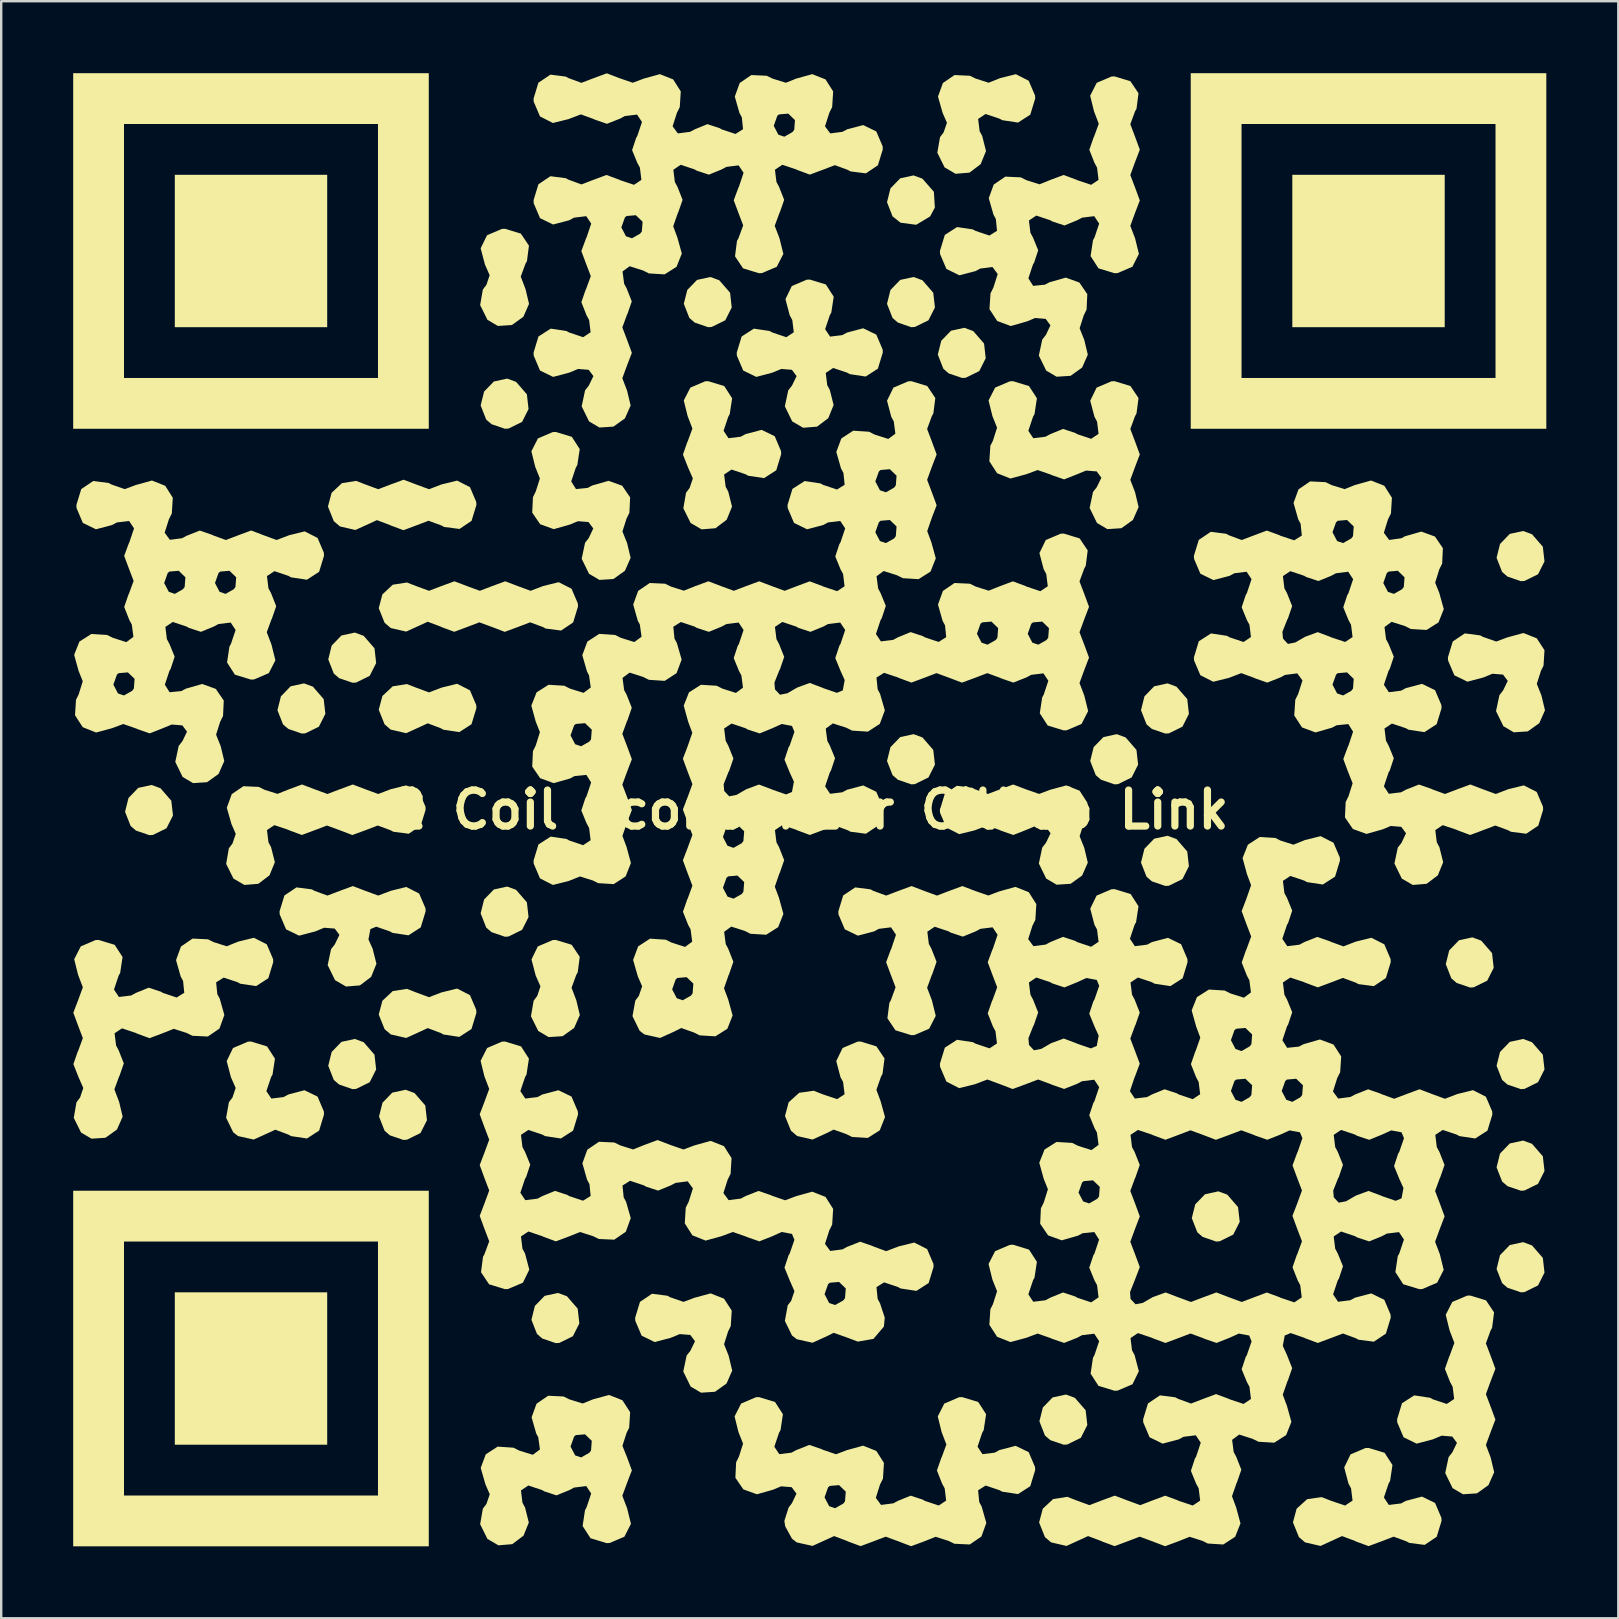
<source format=kicad_pcb>
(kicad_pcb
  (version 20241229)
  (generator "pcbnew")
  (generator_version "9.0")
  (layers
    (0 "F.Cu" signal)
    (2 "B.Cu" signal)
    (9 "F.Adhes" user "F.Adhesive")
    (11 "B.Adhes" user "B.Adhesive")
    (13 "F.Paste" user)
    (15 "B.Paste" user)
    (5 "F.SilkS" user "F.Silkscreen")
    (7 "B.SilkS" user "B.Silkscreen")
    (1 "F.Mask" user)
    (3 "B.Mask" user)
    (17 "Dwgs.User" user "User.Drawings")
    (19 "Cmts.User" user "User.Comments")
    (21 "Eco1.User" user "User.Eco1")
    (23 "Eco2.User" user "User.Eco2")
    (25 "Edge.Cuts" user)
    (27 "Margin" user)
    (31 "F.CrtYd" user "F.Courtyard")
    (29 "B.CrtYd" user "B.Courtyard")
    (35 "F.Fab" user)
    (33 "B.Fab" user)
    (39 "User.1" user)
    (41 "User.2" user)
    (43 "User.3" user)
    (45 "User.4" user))
  (footprint "2 Coil Economizer Github Link"
    (layer "F.Cu")
    (at 30.692 30.692)
    (property "Reference" "2 Coil Economizer Github Link" (at 0 0 0) (layer "F.SilkS") (effects (font (size 1.5 1.5) (thickness 0.3))))
    (attr board_only exclude_from_pos_files exclude_from_bom)
    (fp_poly (pts (xy -20.108 -23.283) (xy -20.108 -20.108) (xy -23.283 -20.108) (xy -26.458 -20.108) (xy -26.458 -23.283) (xy -26.458 -26.458) (xy -23.283 -26.458) (xy -20.108 -26.458)) (stroke (width 0) (type solid)) (fill yes) (layer "F.SilkS"))
    (fp_poly (pts (xy -20.108 23.283) (xy -20.108 26.458) (xy -23.283 26.458) (xy -26.458 26.458) (xy -26.458 23.283) (xy -26.458 20.108) (xy -23.283 20.108) (xy -20.108 20.108)) (stroke (width 0) (type solid)) (fill yes) (layer "F.SilkS"))
    (fp_poly (pts (xy 26.458 -23.283) (xy 26.458 -20.108) (xy 23.283 -20.108) (xy 20.108 -20.108) (xy 20.108 -23.283) (xy 20.108 -26.458) (xy 23.283 -26.458) (xy 26.458 -26.458)) (stroke (width 0) (type solid)) (fill yes) (layer "F.SilkS"))
    (fp_poly (pts (xy 4.696 -26.296) (xy 5.172 -25.75) (xy 5.213 -25.092) (xy 5.017 -24.726) (xy 4.434 -24.376) (xy 3.782 -24.462) (xy 3.45 -24.726) (xy 3.219 -25.316) (xy 3.363 -25.892) (xy 3.769 -26.312) (xy 4.326 -26.433)) (stroke (width 0) (type solid)) (fill yes) (layer "F.SilkS"))
    (fp_poly (pts (xy -27.054 -0.896) (xy -26.604 -0.378) (xy -26.534 0.237) (xy -26.804 0.771) (xy -27.37 1.049) (xy -27.517 1.058) (xy -28.076 0.868) (xy -28.3 0.674) (xy -28.531 0.084) (xy -28.387 -0.492) (xy -27.981 -0.912) (xy -27.424 -1.033)) (stroke (width 0) (type solid)) (fill yes) (layer "F.SilkS"))
    (fp_poly (pts (xy -20.704 -5.13) (xy -20.254 -4.611) (xy -20.184 -3.997) (xy -20.454 -3.462) (xy -21.02 -3.184) (xy -21.167 -3.175) (xy -21.726 -3.366) (xy -21.95 -3.559) (xy -22.181 -4.149) (xy -22.037 -4.725) (xy -21.631 -5.145) (xy -21.074 -5.266)) (stroke (width 0) (type solid)) (fill yes) (layer "F.SilkS"))
    (fp_poly (pts (xy -18.587 -7.246) (xy -18.137 -6.728) (xy -18.068 -6.113) (xy -18.337 -5.579) (xy -18.903 -5.301) (xy -19.05 -5.292) (xy -19.609 -5.482) (xy -19.833 -5.676) (xy -20.064 -6.266) (xy -19.921 -6.842) (xy -19.514 -7.262) (xy -18.957 -7.383)) (stroke (width 0) (type solid)) (fill yes) (layer "F.SilkS"))
    (fp_poly (pts (xy -18.587 9.687) (xy -18.137 10.206) (xy -18.068 10.82) (xy -18.337 11.354) (xy -18.903 11.632) (xy -19.05 11.642) (xy -19.609 11.451) (xy -19.833 11.258) (xy -20.064 10.667) (xy -19.921 10.091) (xy -19.514 9.672) (xy -18.957 9.55)) (stroke (width 0) (type solid)) (fill yes) (layer "F.SilkS"))
    (fp_poly (pts (xy -16.47 11.804) (xy -16.02 12.322) (xy -15.951 12.937) (xy -16.22 13.471) (xy -16.786 13.749) (xy -16.933 13.758) (xy -17.493 13.568) (xy -17.717 13.374) (xy -17.948 12.784) (xy -17.804 12.208) (xy -17.397 11.788) (xy -16.841 11.667)) (stroke (width 0) (type solid)) (fill yes) (layer "F.SilkS"))
    (fp_poly (pts (xy -12.237 -17.83) (xy -11.787 -17.311) (xy -11.718 -16.697) (xy -11.987 -16.162) (xy -12.553 -15.884) (xy -12.7 -15.875) (xy -13.259 -16.066) (xy -13.483 -16.259) (xy -13.714 -16.849) (xy -13.571 -17.425) (xy -13.164 -17.845) (xy -12.607 -17.966)) (stroke (width 0) (type solid)) (fill yes) (layer "F.SilkS"))
    (fp_poly (pts (xy -12.237 3.337) (xy -11.787 3.856) (xy -11.718 4.47) (xy -11.987 5.004) (xy -12.553 5.282) (xy -12.7 5.292) (xy -13.259 5.101) (xy -13.483 4.908) (xy -13.714 4.317) (xy -13.571 3.741) (xy -13.164 3.322) (xy -12.607 3.2)) (stroke (width 0) (type solid)) (fill yes) (layer "F.SilkS"))
    (fp_poly (pts (xy -10.12 20.27) (xy -9.67 20.789) (xy -9.601 21.403) (xy -9.87 21.938) (xy -10.436 22.216) (xy -10.583 22.225) (xy -11.143 22.034) (xy -11.367 21.841) (xy -11.598 21.251) (xy -11.454 20.675) (xy -11.047 20.255) (xy -10.491 20.134)) (stroke (width 0) (type solid)) (fill yes) (layer "F.SilkS"))
    (fp_poly (pts (xy -3.77 -22.063) (xy -3.32 -21.544) (xy -3.251 -20.93) (xy -3.52 -20.396) (xy -4.086 -20.118) (xy -4.233 -20.108) (xy -4.793 -20.299) (xy -5.017 -20.492) (xy -5.248 -21.083) (xy -5.104 -21.659) (xy -4.697 -22.078) (xy -4.141 -22.2)) (stroke (width 0) (type solid)) (fill yes) (layer "F.SilkS"))
    (fp_poly (pts (xy 4.696 -22.063) (xy 5.146 -21.544) (xy 5.216 -20.93) (xy 4.946 -20.396) (xy 4.38 -20.118) (xy 4.233 -20.108) (xy 3.674 -20.299) (xy 3.45 -20.492) (xy 3.219 -21.083) (xy 3.363 -21.659) (xy 3.769 -22.078) (xy 4.326 -22.2)) (stroke (width 0) (type solid)) (fill yes) (layer "F.SilkS"))
    (fp_poly (pts (xy 4.696 -3.013) (xy 5.146 -2.494) (xy 5.216 -1.88) (xy 4.946 -1.346) (xy 4.38 -1.068) (xy 4.233 -1.058) (xy 3.674 -1.249) (xy 3.45 -1.442) (xy 3.219 -2.033) (xy 3.363 -2.609) (xy 3.769 -3.028) (xy 4.326 -3.15)) (stroke (width 0) (type solid)) (fill yes) (layer "F.SilkS"))
    (fp_poly (pts (xy 6.813 -19.946) (xy 7.263 -19.428) (xy 7.332 -18.813) (xy 7.063 -18.279) (xy 6.497 -18.001) (xy 6.35 -17.992) (xy 5.791 -18.182) (xy 5.567 -18.376) (xy 5.336 -18.966) (xy 5.479 -19.542) (xy 5.886 -19.962) (xy 6.443 -20.083)) (stroke (width 0) (type solid)) (fill yes) (layer "F.SilkS"))
    (fp_poly (pts (xy 11.046 24.504) (xy 11.496 25.022) (xy 11.566 25.637) (xy 11.296 26.171) (xy 10.73 26.449) (xy 10.583 26.458) (xy 10.024 26.268) (xy 9.8 26.074) (xy 9.569 25.484) (xy 9.713 24.908) (xy 10.119 24.488) (xy 10.676 24.367)) (stroke (width 0) (type solid)) (fill yes) (layer "F.SilkS"))
    (fp_poly (pts (xy 13.163 -3.013) (xy 13.613 -2.494) (xy 13.682 -1.88) (xy 13.413 -1.346) (xy 12.847 -1.068) (xy 12.7 -1.058) (xy 12.141 -1.249) (xy 11.917 -1.442) (xy 11.686 -2.033) (xy 11.829 -2.609) (xy 12.236 -3.028) (xy 12.793 -3.15)) (stroke (width 0) (type solid)) (fill yes) (layer "F.SilkS"))
    (fp_poly (pts (xy 15.28 -5.13) (xy 15.73 -4.611) (xy 15.799 -3.997) (xy 15.53 -3.462) (xy 14.964 -3.184) (xy 14.817 -3.175) (xy 14.257 -3.366) (xy 14.033 -3.559) (xy 13.802 -4.149) (xy 13.946 -4.725) (xy 14.353 -5.145) (xy 14.909 -5.266)) (stroke (width 0) (type solid)) (fill yes) (layer "F.SilkS"))
    (fp_poly (pts (xy 15.28 1.22) (xy 15.73 1.739) (xy 15.799 2.353) (xy 15.53 2.888) (xy 14.964 3.166) (xy 14.817 3.175) (xy 14.257 2.984) (xy 14.033 2.791) (xy 13.802 2.201) (xy 13.946 1.625) (xy 14.353 1.205) (xy 14.909 1.084)) (stroke (width 0) (type solid)) (fill yes) (layer "F.SilkS"))
    (fp_poly (pts (xy 17.396 16.037) (xy 17.846 16.556) (xy 17.916 17.17) (xy 17.646 17.704) (xy 17.08 17.982) (xy 16.933 17.992) (xy 16.374 17.801) (xy 16.15 17.608) (xy 15.919 17.017) (xy 16.063 16.441) (xy 16.469 16.022) (xy 17.026 15.9)) (stroke (width 0) (type solid)) (fill yes) (layer "F.SilkS"))
    (fp_poly (pts (xy 27.98 5.454) (xy 28.43 5.972) (xy 28.499 6.587) (xy 28.23 7.121) (xy 27.664 7.399) (xy 27.517 7.408) (xy 26.957 7.218) (xy 26.733 7.024) (xy 26.502 6.434) (xy 26.646 5.858) (xy 27.053 5.438) (xy 27.609 5.317)) (stroke (width 0) (type solid)) (fill yes) (layer "F.SilkS"))
    (fp_poly (pts (xy 30.096 -11.48) (xy 30.546 -10.961) (xy 30.616 -10.347) (xy 30.346 -9.812) (xy 29.78 -9.534) (xy 29.633 -9.525) (xy 29.074 -9.716) (xy 28.85 -9.909) (xy 28.619 -10.499) (xy 28.763 -11.075) (xy 29.169 -11.495) (xy 29.726 -11.616)) (stroke (width 0) (type solid)) (fill yes) (layer "F.SilkS"))
    (fp_poly (pts (xy 30.096 9.687) (xy 30.546 10.206) (xy 30.616 10.82) (xy 30.346 11.354) (xy 29.78 11.632) (xy 29.633 11.642) (xy 29.074 11.451) (xy 28.85 11.258) (xy 28.619 10.667) (xy 28.763 10.091) (xy 29.169 9.672) (xy 29.726 9.55)) (stroke (width 0) (type solid)) (fill yes) (layer "F.SilkS"))
    (fp_poly (pts (xy 30.096 13.92) (xy 30.546 14.439) (xy 30.616 15.053) (xy 30.346 15.588) (xy 29.78 15.866) (xy 29.633 15.875) (xy 29.074 15.684) (xy 28.85 15.491) (xy 28.619 14.901) (xy 28.763 14.325) (xy 29.169 13.905) (xy 29.726 13.784)) (stroke (width 0) (type solid)) (fill yes) (layer "F.SilkS"))
    (fp_poly (pts (xy 30.096 18.154) (xy 30.546 18.672) (xy 30.616 19.287) (xy 30.346 19.821) (xy 29.78 20.099) (xy 29.633 20.108) (xy 29.074 19.918) (xy 28.85 19.724) (xy 28.619 19.134) (xy 28.763 18.558) (xy 29.169 18.138) (xy 29.726 18.017)) (stroke (width 0) (type solid)) (fill yes) (layer "F.SilkS"))
    (fp_poly (pts (xy -15.875 -23.283) (xy -15.875 -15.875) (xy -23.283 -15.875) (xy -30.692 -15.875) (xy -30.692 -23.283) (xy -30.692 -28.575) (xy -28.575 -28.575) (xy -28.575 -23.283) (xy -28.575 -17.992) (xy -23.283 -17.992) (xy -17.992 -17.992) (xy -17.992 -23.283) (xy -17.992 -28.575) (xy -23.283 -28.575) (xy -28.575 -28.575) (xy -30.692 -28.575) (xy -30.692 -30.692) (xy -23.283 -30.692) (xy -15.875 -30.692)) (stroke (width 0) (type solid)) (fill yes) (layer "F.SilkS"))
    (fp_poly (pts (xy -15.875 23.283) (xy -15.875 30.692) (xy -23.283 30.692) (xy -30.692 30.692) (xy -30.692 23.283) (xy -30.692 17.992) (xy -28.575 17.992) (xy -28.575 23.283) (xy -28.575 28.575) (xy -23.283 28.575) (xy -17.992 28.575) (xy -17.992 23.283) (xy -17.992 17.992) (xy -23.283 17.992) (xy -28.575 17.992) (xy -30.692 17.992) (xy -30.692 15.875) (xy -23.283 15.875) (xy -15.875 15.875)) (stroke (width 0) (type solid)) (fill yes) (layer "F.SilkS"))
    (fp_poly (pts (xy 30.692 -23.283) (xy 30.692 -15.875) (xy 23.283 -15.875) (xy 15.875 -15.875) (xy 15.875 -23.283) (xy 15.875 -28.575) (xy 17.992 -28.575) (xy 17.992 -23.283) (xy 17.992 -17.992) (xy 23.283 -17.992) (xy 28.575 -17.992) (xy 28.575 -23.283) (xy 28.575 -28.575) (xy 23.283 -28.575) (xy 17.992 -28.575) (xy 15.875 -28.575) (xy 15.875 -30.692) (xy 23.283 -30.692) (xy 30.692 -30.692)) (stroke (width 0) (type solid)) (fill yes) (layer "F.SilkS"))
    (fp_poly (pts (xy -14.159 -4.976) (xy -13.897 -4.361) (xy -13.891 -4.233) (xy -14.095 -3.564) (xy -14.604 -3.235) (xy -15.265 -3.335) (xy -15.376 -3.397) (xy -15.919 -3.602) (xy -16.224 -3.461) (xy -16.817 -3.191) (xy -17.46 -3.339) (xy -17.717 -3.559) (xy -17.96 -4.167) (xy -17.808 -4.741) (xy -17.377 -5.144) (xy -16.785 -5.237) (xy -16.405 -5.089) (xy -15.866 -4.89) (xy -15.345 -5.089) (xy -14.695 -5.25)) (stroke (width 0) (type solid)) (fill yes) (layer "F.SilkS"))
    (fp_poly (pts (xy -14.159 7.724) (xy -13.897 8.339) (xy -13.891 8.467) (xy -14.095 9.136) (xy -14.604 9.465) (xy -15.265 9.365) (xy -15.376 9.303) (xy -15.919 9.098) (xy -16.224 9.239) (xy -16.817 9.509) (xy -17.46 9.361) (xy -17.717 9.141) (xy -17.96 8.533) (xy -17.808 7.959) (xy -17.377 7.556) (xy -16.785 7.463) (xy -16.405 7.611) (xy -15.866 7.81) (xy -15.345 7.611) (xy -14.695 7.45)) (stroke (width 0) (type solid)) (fill yes) (layer "F.SilkS"))
    (fp_poly (pts (xy -12.038 -24.007) (xy -11.701 -23.506) (xy -11.784 -22.864) (xy -11.844 -22.755) (xy -12.043 -22.216) (xy -11.844 -21.695) (xy -11.697 -21.079) (xy -11.934 -20.542) (xy -12.414 -20.198) (xy -12.997 -20.16) (xy -13.431 -20.416) (xy -13.735 -21.029) (xy -13.622 -21.677) (xy -13.472 -21.876) (xy -13.339 -22.273) (xy -13.536 -22.724) (xy -13.713 -23.395) (xy -13.448 -23.94) (xy -12.828 -24.203) (xy -12.7 -24.209)) (stroke (width 0) (type solid)) (fill yes) (layer "F.SilkS"))
    (fp_poly (pts (xy -9.921 5.626) (xy -9.585 6.128) (xy -9.667 6.77) (xy -9.728 6.878) (xy -9.926 7.417) (xy -9.728 7.938) (xy -9.581 8.554) (xy -9.818 9.091) (xy -10.298 9.435) (xy -10.88 9.473) (xy -11.314 9.218) (xy -11.618 8.605) (xy -11.506 7.957) (xy -11.355 7.757) (xy -11.222 7.36) (xy -11.42 6.909) (xy -11.596 6.238) (xy -11.332 5.694) (xy -10.711 5.43) (xy -10.583 5.424)) (stroke (width 0) (type solid)) (fill yes) (layer "F.SilkS"))
    (fp_poly (pts (xy -16.404 -13.555) (xy -15.865 -13.357) (xy -15.345 -13.556) (xy -14.695 -13.716) (xy -14.159 -13.443) (xy -13.897 -12.828) (xy -13.891 -12.7) (xy -14.093 -12.038) (xy -14.594 -11.701) (xy -15.236 -11.784) (xy -15.345 -11.844) (xy -15.884 -12.043) (xy -16.404 -11.845) (xy -16.93 -11.649) (xy -17.468 -11.849) (xy -17.494 -11.864) (xy -18.036 -12.069) (xy -18.34 -11.928) (xy -18.934 -11.658) (xy -19.577 -11.806) (xy -19.833 -12.026) (xy -20.077 -12.634) (xy -19.924 -13.208) (xy -19.493 -13.61) (xy -18.902 -13.704) (xy -18.522 -13.556) (xy -17.982 -13.357) (xy -17.462 -13.555) (xy -16.923 -13.753)) (stroke (width 0) (type solid)) (fill yes) (layer "F.SilkS"))
    (fp_poly (pts (xy -3.572 20.373) (xy -3.251 20.87) (xy -3.292 21.517) (xy -3.4 21.731) (xy -3.571 22.271) (xy -3.378 22.755) (xy -3.231 23.371) (xy -3.468 23.908) (xy -3.948 24.252) (xy -4.53 24.29) (xy -4.964 24.034) (xy -5.271 23.407) (xy -5.13 22.741) (xy -4.974 22.542) (xy -4.782 22.146) (xy -4.977 21.884) (xy -5.419 21.849) (xy -5.791 22.003) (xy -6.462 22.18) (xy -7.006 21.915) (xy -7.27 21.295) (xy -7.276 21.167) (xy -7.074 20.505) (xy -6.572 20.168) (xy -5.93 20.25) (xy -5.822 20.311) (xy -5.261 20.506) (xy -4.798 20.333) (xy -4.13 20.152)) (stroke (width 0) (type solid)) (fill yes) (layer "F.SilkS"))
    (fp_poly (pts (xy 2.779 9.86) (xy 3.115 10.361) (xy 3.033 11.003) (xy 2.972 11.112) (xy 2.777 11.672) (xy 2.95 12.136) (xy 3.136 12.805) (xy 2.917 13.358) (xy 2.418 13.675) (xy 1.764 13.634) (xy 1.521 13.514) (xy 0.995 13.328) (xy 0.71 13.472) (xy 0.116 13.742) (xy -0.527 13.594) (xy -0.783 13.374) (xy -1.032 12.761) (xy -0.879 12.189) (xy -0.441 11.794) (xy 0.162 11.708) (xy 0.559 11.864) (xy 1.142 12.059) (xy 1.451 11.853) (xy 1.389 11.344) (xy 1.28 11.143) (xy 1.104 10.472) (xy 1.368 9.927) (xy 1.989 9.663) (xy 2.117 9.657)) (stroke (width 0) (type solid)) (fill yes) (layer "F.SilkS"))
    (fp_poly (pts (xy 9.124 -30.376) (xy 9.387 -29.761) (xy 9.393 -29.633) (xy 9.189 -28.964) (xy 8.679 -28.635) (xy 8.018 -28.735) (xy 7.907 -28.797) (xy 7.325 -28.992) (xy 7.016 -28.786) (xy 7.078 -28.277) (xy 7.186 -28.076) (xy 7.344 -27.449) (xy 7.122 -26.902) (xy 6.654 -26.548) (xy 6.076 -26.5) (xy 5.619 -26.766) (xy 5.315 -27.379) (xy 5.428 -28.027) (xy 5.578 -28.226) (xy 5.716 -28.627) (xy 5.536 -29.038) (xy 5.343 -29.717) (xy 5.548 -30.284) (xy 6.032 -30.615) (xy 6.674 -30.585) (xy 6.914 -30.467) (xy 7.454 -30.295) (xy 7.938 -30.489) (xy 8.588 -30.65)) (stroke (width 0) (type solid)) (fill yes) (layer "F.SilkS"))
    (fp_poly (pts (xy 30.294 -7.144) (xy 30.616 -6.647) (xy 30.575 -6) (xy 30.467 -5.786) (xy 30.295 -5.246) (xy 30.489 -4.762) (xy 30.636 -4.146) (xy 30.399 -3.609) (xy 29.919 -3.265) (xy 29.337 -3.227) (xy 28.903 -3.482) (xy 28.596 -4.11) (xy 28.737 -4.775) (xy 28.892 -4.974) (xy 29.085 -5.37) (xy 28.889 -5.632) (xy 28.447 -5.668) (xy 28.076 -5.514) (xy 27.405 -5.337) (xy 26.86 -5.602) (xy 26.597 -6.222) (xy 26.591 -6.35) (xy 26.793 -7.012) (xy 27.294 -7.349) (xy 27.936 -7.266) (xy 28.045 -7.206) (xy 28.605 -7.01) (xy 29.069 -7.183) (xy 29.737 -7.365)) (stroke (width 0) (type solid)) (fill yes) (layer "F.SilkS"))
    (fp_poly (pts (xy -22.614 9.861) (xy -22.285 10.371) (xy -22.385 11.032) (xy -22.447 11.143) (xy -22.642 11.725) (xy -22.436 12.034) (xy -21.927 11.972) (xy -21.726 11.864) (xy -21.055 11.687) (xy -20.51 11.952) (xy -20.247 12.572) (xy -20.241 12.7) (xy -20.445 13.37) (xy -20.954 13.698) (xy -21.615 13.598) (xy -21.726 13.536) (xy -22.269 13.332) (xy -22.574 13.472) (xy -23.17 13.742) (xy -23.823 13.597) (xy -24.024 13.441) (xy -24.32 12.833) (xy -24.203 12.185) (xy -24.055 11.99) (xy -23.922 11.593) (xy -24.12 11.143) (xy -24.296 10.472) (xy -24.032 9.927) (xy -23.411 9.663) (xy -23.283 9.657)) (stroke (width 0) (type solid)) (fill yes) (layer "F.SilkS"))
    (fp_poly (pts (xy -12.171 -9.322) (xy -11.632 -9.124) (xy -11.112 -9.322) (xy -10.462 -9.483) (xy -9.926 -9.209) (xy -9.663 -8.595) (xy -9.657 -8.467) (xy -9.86 -7.805) (xy -10.361 -7.468) (xy -11.003 -7.55) (xy -11.112 -7.611) (xy -11.651 -7.81) (xy -12.171 -7.612) (xy -12.71 -7.413) (xy -13.229 -7.612) (xy -13.769 -7.81) (xy -14.287 -7.612) (xy -14.814 -7.416) (xy -15.352 -7.615) (xy -15.377 -7.631) (xy -15.92 -7.835) (xy -16.224 -7.695) (xy -16.817 -7.424) (xy -17.46 -7.572) (xy -17.717 -7.792) (xy -17.96 -8.401) (xy -17.808 -8.975) (xy -17.377 -9.377) (xy -16.785 -9.47) (xy -16.405 -9.322) (xy -15.866 -9.124) (xy -15.346 -9.322) (xy -14.806 -9.52) (xy -14.287 -9.322) (xy -13.748 -9.124) (xy -13.229 -9.322) (xy -12.69 -9.52)) (stroke (width 0) (type solid)) (fill yes) (layer "F.SilkS"))
    (fp_poly (pts (xy -18.521 3.378) (xy -17.982 3.576) (xy -17.462 3.378) (xy -16.812 3.217) (xy -16.276 3.491) (xy -16.013 4.105) (xy -16.007 4.233) (xy -16.211 4.903) (xy -16.721 5.231) (xy -17.382 5.132) (xy -17.493 5.07) (xy -18.063 4.872) (xy -18.309 4.974) (xy -18.389 5.405) (xy -18.214 5.791) (xy -18.056 6.418) (xy -18.278 6.965) (xy -18.746 7.319) (xy -19.324 7.366) (xy -19.781 7.101) (xy -20.088 6.474) (xy -19.947 5.808) (xy -19.791 5.609) (xy -19.599 5.213) (xy -19.794 4.951) (xy -20.236 4.916) (xy -20.607 5.07) (xy -21.278 5.246) (xy -21.823 4.982) (xy -22.087 4.361) (xy -22.093 4.233) (xy -21.89 3.571) (xy -21.389 3.235) (xy -20.747 3.317) (xy -20.638 3.378) (xy -20.099 3.576) (xy -19.579 3.378) (xy -19.04 3.18)) (stroke (width 0) (type solid)) (fill yes) (layer "F.SilkS"))
    (fp_poly (pts (xy -9.914 -15.539) (xy -9.585 -15.029) (xy -9.685 -14.368) (xy -9.747 -14.257) (xy -9.94 -13.68) (xy -9.742 -13.364) (xy -9.251 -13.413) (xy -9.062 -13.514) (xy -8.383 -13.707) (xy -7.816 -13.502) (xy -7.485 -13.018) (xy -7.515 -12.376) (xy -7.633 -12.136) (xy -7.805 -11.596) (xy -7.611 -11.112) (xy -7.464 -10.496) (xy -7.701 -9.959) (xy -8.181 -9.615) (xy -8.763 -9.577) (xy -9.197 -9.832) (xy -9.504 -10.46) (xy -9.363 -11.125) (xy -9.208 -11.324) (xy -9.021 -11.721) (xy -9.22 -11.989) (xy -9.66 -12.024) (xy -9.988 -11.886) (xy -10.667 -11.693) (xy -11.234 -11.898) (xy -11.565 -12.382) (xy -11.535 -13.024) (xy -11.417 -13.264) (xy -11.245 -13.804) (xy -11.439 -14.288) (xy -11.6 -14.938) (xy -11.326 -15.474) (xy -10.711 -15.737) (xy -10.583 -15.743)) (stroke (width 0) (type solid)) (fill yes) (layer "F.SilkS"))
    (fp_poly (pts (xy 8.996 -0.855) (xy 9.556 -0.66) (xy 10.019 -0.833) (xy 10.687 -1.015) (xy 11.244 -0.794) (xy 11.566 -0.297) (xy 11.525 0.35) (xy 11.417 0.564) (xy 11.245 1.104) (xy 11.439 1.588) (xy 11.586 2.204) (xy 11.349 2.741) (xy 10.869 3.085) (xy 10.287 3.123) (xy 9.853 2.868) (xy 9.546 2.24) (xy 9.687 1.575) (xy 9.842 1.376) (xy 10.034 0.98) (xy 9.839 0.717) (xy 9.397 0.682) (xy 9.027 0.836) (xy 8.482 1.051) (xy 7.961 0.87) (xy 7.938 0.855) (xy 7.399 0.657) (xy 6.878 0.856) (xy 6.228 1.016) (xy 5.693 0.743) (xy 5.43 0.128) (xy 5.424 0) (xy 5.626 -0.662) (xy 6.128 -0.999) (xy 6.77 -0.916) (xy 6.878 -0.856) (xy 7.418 -0.657) (xy 7.938 -0.855) (xy 8.477 -1.053)) (stroke (width 0) (type solid)) (fill yes) (layer "F.SilkS"))
    (fp_poly (pts (xy -3.564 -17.655) (xy -3.235 -17.146) (xy -3.335 -16.485) (xy -3.397 -16.374) (xy -3.592 -15.792) (xy -3.386 -15.482) (xy -2.877 -15.545) (xy -2.676 -15.653) (xy -2.005 -15.83) (xy -1.46 -15.565) (xy -1.197 -14.945) (xy -1.191 -14.817) (xy -1.395 -14.147) (xy -1.904 -13.819) (xy -2.565 -13.918) (xy -2.676 -13.98) (xy -3.258 -14.176) (xy -3.568 -13.97) (xy -3.505 -13.461) (xy -3.397 -13.259) (xy -3.239 -12.632) (xy -3.462 -12.085) (xy -3.929 -11.731) (xy -4.507 -11.684) (xy -4.964 -11.949) (xy -5.268 -12.562) (xy -5.156 -13.21) (xy -5.005 -13.41) (xy -4.872 -13.807) (xy -5.069 -14.256) (xy -5.284 -14.801) (xy -5.103 -15.322) (xy -5.088 -15.346) (xy -4.89 -15.885) (xy -5.089 -16.405) (xy -5.25 -17.055) (xy -4.976 -17.591) (xy -4.361 -17.853) (xy -4.233 -17.859)) (stroke (width 0) (type solid)) (fill yes) (layer "F.SilkS"))
    (fp_poly (pts (xy 23.953 26.795) (xy 24.281 27.304) (xy 24.182 27.965) (xy 24.12 28.076) (xy 23.924 28.658) (xy 24.13 28.968) (xy 24.639 28.905) (xy 24.841 28.797) (xy 25.512 28.62) (xy 26.056 28.885) (xy 26.32 29.505) (xy 26.326 29.633) (xy 26.124 30.295) (xy 25.622 30.632) (xy 24.98 30.55) (xy 24.872 30.489) (xy 24.332 30.29) (xy 23.812 30.488) (xy 23.286 30.684) (xy 22.748 30.485) (xy 22.723 30.469) (xy 22.18 30.265) (xy 21.876 30.405) (xy 21.283 30.676) (xy 20.64 30.528) (xy 20.383 30.308) (xy 20.134 29.694) (xy 20.288 29.123) (xy 20.726 28.727) (xy 21.328 28.641) (xy 21.726 28.797) (xy 22.308 28.992) (xy 22.618 28.786) (xy 22.555 28.277) (xy 22.447 28.076) (xy 22.27 27.405) (xy 22.535 26.86) (xy 23.155 26.597) (xy 23.283 26.591)) (stroke (width 0) (type solid)) (fill yes) (layer "F.SilkS"))
    (fp_poly (pts (xy -18.521 -0.855) (xy -17.982 -0.657) (xy -17.462 -0.856) (xy -16.812 -1.016) (xy -16.276 -0.743) (xy -16.013 -0.128) (xy -16.007 0) (xy -16.21 0.662) (xy -16.711 0.999) (xy -17.353 0.916) (xy -17.462 0.856) (xy -18.001 0.657) (xy -18.521 0.855) (xy -19.06 1.053) (xy -19.579 0.855) (xy -20.119 0.657) (xy -20.637 0.855) (xy -21.164 1.051) (xy -21.702 0.851) (xy -21.727 0.836) (xy -22.309 0.641) (xy -22.618 0.847) (xy -22.555 1.356) (xy -22.447 1.557) (xy -22.289 2.185) (xy -22.512 2.732) (xy -22.979 3.086) (xy -23.557 3.133) (xy -24.014 2.868) (xy -24.318 2.255) (xy -24.206 1.607) (xy -24.055 1.407) (xy -23.918 1.006) (xy -24.097 0.595) (xy -24.291 -0.084) (xy -24.085 -0.651) (xy -23.601 -0.982) (xy -22.959 -0.952) (xy -22.719 -0.833) (xy -22.179 -0.662) (xy -21.696 -0.855) (xy -21.156 -1.053) (xy -20.637 -0.855) (xy -20.098 -0.657) (xy -19.579 -0.855) (xy -19.04 -1.053)) (stroke (width 0) (type solid)) (fill yes) (layer "F.SilkS"))
    (fp_poly (pts (xy 28.179 20.443) (xy 28.515 20.944) (xy 28.433 21.586) (xy 28.372 21.695) (xy 28.174 22.234) (xy 28.372 22.754) (xy 28.57 23.294) (xy 28.372 23.812) (xy 28.174 24.352) (xy 28.372 24.871) (xy 28.57 25.41) (xy 28.372 25.929) (xy 28.174 26.468) (xy 28.372 26.988) (xy 28.519 27.604) (xy 28.282 28.141) (xy 27.802 28.485) (xy 27.22 28.523) (xy 26.786 28.268) (xy 26.479 27.64) (xy 26.62 26.975) (xy 26.776 26.776) (xy 26.968 26.38) (xy 26.773 26.118) (xy 26.331 26.082) (xy 25.959 26.236) (xy 25.288 26.413) (xy 24.744 26.148) (xy 24.48 25.528) (xy 24.474 25.4) (xy 24.678 24.73) (xy 25.187 24.402) (xy 25.849 24.502) (xy 25.959 24.564) (xy 26.542 24.759) (xy 26.851 24.553) (xy 26.789 24.044) (xy 26.681 23.844) (xy 26.466 23.299) (xy 26.647 22.778) (xy 26.662 22.754) (xy 26.86 22.215) (xy 26.661 21.695) (xy 26.5 21.045) (xy 26.774 20.509) (xy 27.389 20.247) (xy 27.517 20.241)) (stroke (width 0) (type solid)) (fill yes) (layer "F.SilkS"))
    (fp_poly (pts (xy 0.67 -21.889) (xy 0.998 -21.379) (xy 0.898 -20.718) (xy 0.836 -20.607) (xy 0.641 -20.025) (xy 0.847 -19.716) (xy 1.356 -19.778) (xy 1.557 -19.886) (xy 2.228 -20.063) (xy 2.773 -19.798) (xy 3.037 -19.178) (xy 3.043 -19.05) (xy 2.839 -18.38) (xy 2.329 -18.052) (xy 1.668 -18.152) (xy 1.557 -18.214) (xy 0.975 -18.409) (xy 0.666 -18.203) (xy 0.728 -17.694) (xy 0.836 -17.493) (xy 0.994 -16.865) (xy 0.772 -16.318) (xy 0.304 -15.964) (xy -0.274 -15.917) (xy -0.731 -16.182) (xy -1.038 -16.81) (xy -0.897 -17.475) (xy -0.741 -17.674) (xy -0.549 -18.07) (xy -0.744 -18.332) (xy -1.186 -18.368) (xy -1.557 -18.214) (xy -2.228 -18.037) (xy -2.773 -18.302) (xy -3.037 -18.922) (xy -3.043 -19.05) (xy -2.839 -19.72) (xy -2.329 -20.048) (xy -1.668 -19.948) (xy -1.557 -19.886) (xy -0.975 -19.691) (xy -0.666 -19.897) (xy -0.728 -20.406) (xy -0.836 -20.607) (xy -1.013 -21.278) (xy -0.748 -21.823) (xy -0.128 -22.087) (xy 0 -22.093)) (stroke (width 0) (type solid)) (fill yes) (layer "F.SilkS"))
    (fp_poly (pts (xy 13.362 -17.657) (xy 13.699 -17.156) (xy 13.616 -16.514) (xy 13.556 -16.405) (xy 13.357 -15.866) (xy 13.555 -15.346) (xy 13.753 -14.806) (xy 13.555 -14.287) (xy 13.357 -13.749) (xy 13.556 -13.228) (xy 13.703 -12.612) (xy 13.466 -12.076) (xy 12.986 -11.732) (xy 12.403 -11.694) (xy 11.969 -11.949) (xy 11.662 -12.576) (xy 11.803 -13.242) (xy 11.959 -13.441) (xy 12.151 -13.837) (xy 11.956 -14.099) (xy 11.514 -14.134) (xy 11.144 -13.981) (xy 10.599 -13.766) (xy 10.078 -13.947) (xy 10.054 -13.962) (xy 9.494 -14.156) (xy 9.031 -13.983) (xy 8.363 -13.802) (xy 7.806 -14.023) (xy 7.484 -14.52) (xy 7.525 -15.167) (xy 7.633 -15.381) (xy 7.805 -15.921) (xy 7.611 -16.405) (xy 7.45 -17.055) (xy 7.724 -17.591) (xy 8.339 -17.853) (xy 8.467 -17.859) (xy 9.136 -17.655) (xy 9.465 -17.146) (xy 9.365 -16.485) (xy 9.303 -16.374) (xy 9.108 -15.792) (xy 9.313 -15.482) (xy 9.822 -15.544) (xy 10.023 -15.652) (xy 10.554 -15.869) (xy 11.064 -15.701) (xy 11.144 -15.652) (xy 11.725 -15.457) (xy 12.034 -15.664) (xy 11.972 -16.173) (xy 11.864 -16.374) (xy 11.687 -17.045) (xy 11.952 -17.59) (xy 12.572 -17.853) (xy 12.7 -17.859)) (stroke (width 0) (type solid)) (fill yes) (layer "F.SilkS"))
    (fp_poly (pts (xy -7.806 24.606) (xy -7.484 25.103) (xy -7.525 25.75) (xy -7.633 25.964) (xy -7.805 26.504) (xy -7.612 26.987) (xy -7.413 27.527) (xy -7.612 28.046) (xy -7.81 28.585) (xy -7.611 29.105) (xy -7.45 29.755) (xy -7.724 30.291) (xy -8.339 30.553) (xy -8.467 30.559) (xy -9.136 30.355) (xy -9.465 29.846) (xy -9.365 29.185) (xy -9.303 29.074) (xy -9.108 28.492) (xy -9.313 28.182) (xy -9.822 28.244) (xy -10.023 28.352) (xy -10.554 28.569) (xy -11.064 28.401) (xy -11.144 28.352) (xy -11.725 28.157) (xy -12.034 28.364) (xy -11.972 28.873) (xy -11.864 29.074) (xy -11.706 29.701) (xy -11.928 30.248) (xy -12.396 30.602) (xy -12.974 30.65) (xy -13.431 30.384) (xy -13.735 29.771) (xy -13.622 29.123) (xy -13.472 28.924) (xy -13.334 28.523) (xy -13.514 28.112) (xy -13.711 27.425) (xy -13.501 26.86) (xy -13.006 26.538) (xy -12.347 26.582) (xy -12.105 26.703) (xy -11.542 26.878) (xy -11.243 26.656) (xy -11.26 26.535) (xy -9.968 26.535) (xy -9.775 26.904) (xy -9.525 26.987) (xy -9.186 26.795) (xy -9.114 26.7) (xy -9.083 26.296) (xy -9.363 26.026) (xy -9.747 26.058) (xy -9.819 26.118) (xy -9.968 26.535) (xy -11.26 26.535) (xy -11.314 26.146) (xy -11.397 25.995) (xy -11.591 25.316) (xy -11.385 24.749) (xy -10.901 24.418) (xy -10.259 24.448) (xy -10.019 24.567) (xy -9.463 24.74) (xy -9.031 24.567) (xy -8.363 24.385)) (stroke (width 0) (type solid)) (fill yes) (layer "F.SilkS"))
    (fp_poly (pts (xy -22.626 5.607) (xy -22.363 6.222) (xy -22.357 6.35) (xy -22.561 7.02) (xy -23.071 7.348) (xy -23.732 7.248) (xy -23.843 7.186) (xy -24.42 6.994) (xy -24.736 7.191) (xy -24.687 7.682) (xy -24.586 7.871) (xy -24.393 8.55) (xy -24.598 9.118) (xy -25.082 9.449) (xy -25.724 9.419) (xy -25.964 9.3) (xy -26.504 9.129) (xy -26.988 9.322) (xy -27.514 9.518) (xy -28.052 9.318) (xy -28.077 9.302) (xy -28.659 9.108) (xy -28.968 9.314) (xy -28.905 9.823) (xy -28.798 10.023) (xy -28.583 10.568) (xy -28.763 11.089) (xy -28.778 11.113) (xy -28.976 11.651) (xy -28.778 12.172) (xy -28.631 12.788) (xy -28.868 13.324) (xy -29.348 13.668) (xy -29.93 13.706) (xy -30.364 13.451) (xy -30.668 12.838) (xy -30.556 12.19) (xy -30.405 11.99) (xy -30.272 11.593) (xy -30.469 11.144) (xy -30.684 10.599) (xy -30.503 10.078) (xy -30.488 10.054) (xy -30.29 9.515) (xy -30.488 8.996) (xy -30.687 8.456) (xy -30.488 7.938) (xy -30.29 7.399) (xy -30.489 6.878) (xy -30.65 6.228) (xy -30.376 5.693) (xy -29.761 5.43) (xy -29.633 5.424) (xy -28.964 5.628) (xy -28.635 6.137) (xy -28.735 6.799) (xy -28.797 6.909) (xy -28.992 7.492) (xy -28.787 7.801) (xy -28.278 7.739) (xy -28.077 7.631) (xy -27.546 7.414) (xy -27.036 7.582) (xy -26.956 7.631) (xy -26.38 7.823) (xy -26.064 7.625) (xy -26.113 7.134) (xy -26.214 6.945) (xy -26.407 6.266) (xy -26.202 5.699) (xy -25.718 5.368) (xy -25.076 5.398) (xy -24.836 5.517) (xy -24.296 5.688) (xy -23.812 5.494) (xy -23.162 5.334)) (stroke (width 0) (type solid)) (fill yes) (layer "F.SilkS"))
    (fp_poly (pts (xy 13.362 -30.357) (xy 13.699 -29.856) (xy 13.616 -29.214) (xy 13.556 -29.105) (xy 13.357 -28.566) (xy 13.555 -28.046) (xy 13.753 -27.506) (xy 13.555 -26.988) (xy 13.357 -26.448) (xy 13.555 -25.929) (xy 13.753 -25.39) (xy 13.555 -24.871) (xy 13.357 -24.332) (xy 13.556 -23.812) (xy 13.716 -23.162) (xy 13.443 -22.626) (xy 12.828 -22.363) (xy 12.7 -22.357) (xy 12.03 -22.561) (xy 11.702 -23.071) (xy 11.802 -23.732) (xy 11.864 -23.843) (xy 12.059 -24.425) (xy 11.853 -24.734) (xy 11.344 -24.672) (xy 11.144 -24.564) (xy 10.613 -24.347) (xy 10.103 -24.516) (xy 10.023 -24.564) (xy 9.441 -24.759) (xy 9.132 -24.553) (xy 9.195 -24.043) (xy 9.302 -23.844) (xy 9.519 -23.313) (xy 9.351 -22.803) (xy 9.302 -22.723) (xy 9.11 -22.146) (xy 9.308 -21.83) (xy 9.8 -21.88) (xy 9.988 -21.98) (xy 10.667 -22.174) (xy 11.234 -21.969) (xy 11.565 -21.485) (xy 11.535 -20.842) (xy 11.417 -20.602) (xy 11.245 -20.063) (xy 11.439 -19.578) (xy 11.586 -18.962) (xy 11.349 -18.426) (xy 10.869 -18.082) (xy 10.287 -18.044) (xy 9.853 -18.299) (xy 9.546 -18.926) (xy 9.687 -19.592) (xy 9.842 -19.791) (xy 10.029 -20.187) (xy 9.83 -20.455) (xy 9.39 -20.491) (xy 9.062 -20.353) (xy 8.375 -20.156) (xy 7.81 -20.366) (xy 7.488 -20.861) (xy 7.532 -21.52) (xy 7.653 -21.762) (xy 7.831 -22.322) (xy 7.613 -22.617) (xy 7.103 -22.551) (xy 6.909 -22.447) (xy 6.238 -22.27) (xy 5.694 -22.535) (xy 5.43 -23.155) (xy 5.424 -23.283) (xy 5.628 -23.953) (xy 6.137 -24.281) (xy 6.799 -24.182) (xy 6.909 -24.12) (xy 7.486 -23.927) (xy 7.803 -24.125) (xy 7.754 -24.615) (xy 7.653 -24.805) (xy 7.459 -25.484) (xy 7.665 -26.051) (xy 8.149 -26.382) (xy 8.791 -26.352) (xy 9.031 -26.233) (xy 9.571 -26.062) (xy 10.054 -26.255) (xy 10.58 -26.451) (xy 11.118 -26.251) (xy 11.144 -26.236) (xy 11.726 -26.041) (xy 12.034 -26.247) (xy 11.972 -26.757) (xy 11.864 -26.956) (xy 11.649 -27.501) (xy 11.83 -28.022) (xy 11.845 -28.046) (xy 12.043 -28.585) (xy 11.844 -29.105) (xy 11.684 -29.755) (xy 11.957 -30.291) (xy 12.572 -30.553) (xy 12.7 -30.559)) (stroke (width 0) (type solid)) (fill yes) (layer "F.SilkS"))
    (fp_poly (pts (xy 7.02 24.678) (xy 7.348 25.187) (xy 7.248 25.849) (xy 7.186 25.959) (xy 6.991 26.542) (xy 7.197 26.851) (xy 7.706 26.789) (xy 7.907 26.68) (xy 8.578 26.504) (xy 9.123 26.768) (xy 9.387 27.389) (xy 9.393 27.517) (xy 9.189 28.186) (xy 8.679 28.515) (xy 8.018 28.415) (xy 7.907 28.353) (xy 7.33 28.16) (xy 7.014 28.358) (xy 7.063 28.849) (xy 7.164 29.038) (xy 7.357 29.717) (xy 7.152 30.284) (xy 6.668 30.615) (xy 6.026 30.585) (xy 5.786 30.467) (xy 5.246 30.295) (xy 4.763 30.488) (xy 4.223 30.687) (xy 3.704 30.488) (xy 3.165 30.29) (xy 2.646 30.488) (xy 2.12 30.684) (xy 1.582 30.485) (xy 1.556 30.469) (xy 1.014 30.265) (xy 0.71 30.405) (xy 0.114 30.675) (xy -0.539 30.53) (xy -0.741 30.374) (xy -1.025 29.855) (xy -1.058 29.633) (xy -0.882 29.078) (xy -0.741 28.892) (xy -0.628 28.652) (xy 0.616 28.652) (xy 0.809 29.02) (xy 1.058 29.104) (xy 1.398 28.911) (xy 1.469 28.817) (xy 1.5 28.413) (xy 1.22 28.142) (xy 0.836 28.175) (xy 0.764 28.234) (xy 0.616 28.652) (xy -0.628 28.652) (xy -0.555 28.496) (xy -0.753 28.228) (xy -1.193 28.192) (xy -1.521 28.33) (xy -2.2 28.524) (xy -2.768 28.319) (xy -3.099 27.835) (xy -3.069 27.192) (xy -2.95 26.952) (xy -2.779 26.413) (xy -2.972 25.928) (xy -3.133 25.278) (xy -2.859 24.743) (xy -2.245 24.48) (xy -2.117 24.474) (xy -1.447 24.678) (xy -1.119 25.187) (xy -1.218 25.849) (xy -1.28 25.959) (xy -1.476 26.542) (xy -1.27 26.851) (xy -0.761 26.789) (xy -0.56 26.681) (xy -0.015 26.466) (xy 0.505 26.647) (xy 0.529 26.662) (xy 1.089 26.856) (xy 1.552 26.683) (xy 2.222 26.498) (xy 2.775 26.717) (xy 3.091 27.216) (xy 3.051 27.87) (xy 2.93 28.112) (xy 2.752 28.672) (xy 2.97 28.967) (xy 3.481 28.901) (xy 3.673 28.798) (xy 4.204 28.581) (xy 4.714 28.749) (xy 4.794 28.798) (xy 5.376 28.992) (xy 5.684 28.786) (xy 5.622 28.277) (xy 5.514 28.077) (xy 5.299 27.532) (xy 5.48 27.011) (xy 5.495 26.987) (xy 5.693 26.449) (xy 5.494 25.928) (xy 5.334 25.278) (xy 5.607 24.743) (xy 6.222 24.48) (xy 6.35 24.474)) (stroke (width 0) (type solid)) (fill yes) (layer "F.SilkS"))
    (fp_poly (pts (xy -26.858 -13.5) (xy -26.542 -13.001) (xy -26.582 -12.347) (xy -26.703 -12.105) (xy -26.881 -11.545) (xy -26.663 -11.249) (xy -26.153 -11.315) (xy -25.96 -11.419) (xy -25.415 -11.634) (xy -24.895 -11.453) (xy -24.871 -11.438) (xy -24.331 -11.24) (xy -23.812 -11.438) (xy -23.273 -11.637) (xy -22.754 -11.438) (xy -22.215 -11.24) (xy -21.695 -11.439) (xy -21.045 -11.6) (xy -20.509 -11.326) (xy -20.247 -10.711) (xy -20.241 -10.583) (xy -20.445 -9.914) (xy -20.954 -9.585) (xy -21.615 -9.685) (xy -21.726 -9.747) (xy -22.308 -9.942) (xy -22.618 -9.737) (xy -22.556 -9.228) (xy -22.448 -9.027) (xy -22.233 -8.482) (xy -22.413 -7.961) (xy -22.428 -7.938) (xy -22.626 -7.399) (xy -22.428 -6.878) (xy -22.267 -6.228) (xy -22.541 -5.693) (xy -23.155 -5.43) (xy -23.283 -5.424) (xy -23.953 -5.628) (xy -24.281 -6.137) (xy -24.182 -6.799) (xy -24.12 -6.909) (xy -23.924 -7.492) (xy -24.13 -7.801) (xy -24.639 -7.739) (xy -24.84 -7.631) (xy -25.371 -7.414) (xy -25.88 -7.582) (xy -25.96 -7.631) (xy -26.542 -7.826) (xy -26.851 -7.619) (xy -26.788 -7.11) (xy -26.681 -6.91) (xy -26.464 -6.379) (xy -26.632 -5.87) (xy -26.681 -5.79) (xy -26.873 -5.213) (xy -26.675 -4.897) (xy -26.184 -4.946) (xy -25.995 -5.047) (xy -25.316 -5.241) (xy -24.749 -5.035) (xy -24.418 -4.551) (xy -24.448 -3.909) (xy -24.567 -3.669) (xy -24.738 -3.129) (xy -24.544 -2.645) (xy -24.397 -2.029) (xy -24.634 -1.492) (xy -25.114 -1.148) (xy -25.697 -1.11) (xy -26.131 -1.366) (xy -26.438 -1.993) (xy -26.297 -2.659) (xy -26.141 -2.858) (xy -25.949 -3.254) (xy -26.144 -3.516) (xy -26.586 -3.551) (xy -26.956 -3.398) (xy -27.501 -3.183) (xy -28.022 -3.363) (xy -28.046 -3.378) (xy -28.606 -3.573) (xy -29.069 -3.4) (xy -29.737 -3.219) (xy -30.294 -3.44) (xy -30.616 -3.937) (xy -30.575 -4.583) (xy -30.467 -4.798) (xy -30.337 -5.215) (xy -29.018 -5.215) (xy -28.825 -4.846) (xy -28.575 -4.763) (xy -28.236 -4.955) (xy -28.164 -5.05) (xy -28.133 -5.454) (xy -28.413 -5.724) (xy -28.797 -5.692) (xy -28.869 -5.632) (xy -29.018 -5.215) (xy -30.337 -5.215) (xy -30.294 -5.354) (xy -30.467 -5.786) (xy -30.652 -6.455) (xy -30.433 -7.008) (xy -29.934 -7.325) (xy -29.28 -7.284) (xy -29.038 -7.164) (xy -28.478 -6.985) (xy -28.183 -7.204) (xy -28.249 -7.714) (xy -28.352 -7.906) (xy -28.567 -8.451) (xy -28.387 -8.972) (xy -28.372 -8.996) (xy -28.206 -9.448) (xy -26.901 -9.448) (xy -26.708 -9.08) (xy -26.458 -8.996) (xy -26.119 -9.189) (xy -26.047 -9.283) (xy -26.035 -9.448) (xy -24.784 -9.448) (xy -24.591 -9.08) (xy -24.342 -8.996) (xy -24.002 -9.189) (xy -23.931 -9.283) (xy -23.9 -9.687) (xy -24.18 -9.958) (xy -24.564 -9.925) (xy -24.636 -9.866) (xy -24.784 -9.448) (xy -26.035 -9.448) (xy -26.016 -9.687) (xy -26.296 -9.958) (xy -26.68 -9.925) (xy -26.753 -9.866) (xy -26.901 -9.448) (xy -28.206 -9.448) (xy -28.174 -9.535) (xy -28.372 -10.054) (xy -28.568 -10.58) (xy -28.368 -11.118) (xy -28.352 -11.144) (xy -28.157 -11.725) (xy -28.364 -12.034) (xy -28.873 -11.972) (xy -29.074 -11.864) (xy -29.745 -11.687) (xy -30.29 -11.952) (xy -30.553 -12.572) (xy -30.559 -12.7) (xy -30.357 -13.362) (xy -29.856 -13.699) (xy -29.214 -13.616) (xy -29.105 -13.556) (xy -28.545 -13.36) (xy -28.081 -13.533) (xy -27.411 -13.719)) (stroke (width 0) (type solid)) (fill yes) (layer "F.SilkS"))
    (fp_poly (pts (xy -12.03 9.861) (xy -11.702 10.371) (xy -11.802 11.032) (xy -11.864 11.143) (xy -12.059 11.725) (xy -11.853 12.034) (xy -11.344 11.972) (xy -11.143 11.864) (xy -10.472 11.687) (xy -9.927 11.952) (xy -9.663 12.572) (xy -9.657 12.7) (xy -9.861 13.37) (xy -10.371 13.698) (xy -11.032 13.598) (xy -11.143 13.536) (xy -11.725 13.341) (xy -12.034 13.547) (xy -11.972 14.056) (xy -11.864 14.256) (xy -11.647 14.787) (xy -11.816 15.297) (xy -11.864 15.377) (xy -12.059 15.959) (xy -11.853 16.268) (xy -11.343 16.205) (xy -11.144 16.098) (xy -10.613 15.881) (xy -10.103 16.049) (xy -10.023 16.098) (xy -9.446 16.29) (xy -9.13 16.092) (xy -9.18 15.6) (xy -9.28 15.412) (xy -9.474 14.733) (xy -9.269 14.166) (xy -8.785 13.835) (xy -8.142 13.865) (xy -7.902 13.983) (xy -7.362 14.155) (xy -6.879 13.962) (xy -6.34 13.763) (xy -5.821 13.962) (xy -5.261 14.156) (xy -4.798 13.983) (xy -4.128 13.798) (xy -3.575 14.017) (xy -3.259 14.516) (xy -3.299 15.17) (xy -3.42 15.412) (xy -3.598 15.972) (xy -3.38 16.267) (xy -2.869 16.201) (xy -2.677 16.098) (xy -2.132 15.883) (xy -1.611 16.063) (xy -1.587 16.078) (xy -1.027 16.273) (xy -0.564 16.1) (xy 0.105 15.914) (xy 0.658 16.133) (xy 0.975 16.632) (xy 0.934 17.286) (xy 0.814 17.529) (xy 0.635 18.089) (xy 0.854 18.384) (xy 1.364 18.318) (xy 1.556 18.214) (xy 2.101 17.999) (xy 2.622 18.18) (xy 2.646 18.195) (xy 3.185 18.393) (xy 3.705 18.194) (xy 4.355 18.034) (xy 4.891 18.307) (xy 5.153 18.922) (xy 5.159 19.05) (xy 4.955 19.72) (xy 4.446 20.048) (xy 3.785 19.948) (xy 3.674 19.886) (xy 3.097 19.694) (xy 2.78 19.891) (xy 2.829 20.382) (xy 2.93 20.571) (xy 3.125 21.164) (xy 3.09 21.534) (xy 2.654 22.049) (xy 2.001 22.162) (xy 1.521 21.98) (xy 0.995 21.795) (xy 0.71 21.939) (xy 0.114 22.209) (xy -0.539 22.063) (xy -0.741 21.907) (xy -1.037 21.299) (xy -0.919 20.652) (xy -0.772 20.457) (xy -0.681 20.185) (xy 0.616 20.185) (xy 0.809 20.554) (xy 1.058 20.637) (xy 1.398 20.445) (xy 1.469 20.35) (xy 1.5 19.946) (xy 1.22 19.676) (xy 0.836 19.708) (xy 0.764 19.768) (xy 0.616 20.185) (xy -0.681 20.185) (xy -0.638 20.06) (xy -0.836 19.61) (xy -1.053 19.079) (xy -0.884 18.57) (xy -0.836 18.49) (xy -0.639 17.919) (xy -0.741 17.674) (xy -1.171 17.594) (xy -1.556 17.769) (xy -2.101 17.984) (xy -2.622 17.803) (xy -2.646 17.788) (xy -3.206 17.594) (xy -3.669 17.767) (xy -4.339 17.952) (xy -4.892 17.733) (xy -5.208 17.234) (xy -5.168 16.58) (xy -5.047 16.338) (xy -4.869 15.778) (xy -5.087 15.483) (xy -5.597 15.549) (xy -5.79 15.652) (xy -6.321 15.869) (xy -6.83 15.701) (xy -6.91 15.652) (xy -7.487 15.46) (xy -7.803 15.658) (xy -7.754 16.15) (xy -7.653 16.338) (xy -7.459 17.017) (xy -7.665 17.584) (xy -8.149 17.915) (xy -8.791 17.885) (xy -9.031 17.767) (xy -9.571 17.595) (xy -10.054 17.788) (xy -10.58 17.984) (xy -11.118 17.785) (xy -11.144 17.769) (xy -11.725 17.574) (xy -12.034 17.78) (xy -11.972 18.29) (xy -11.864 18.491) (xy -11.687 19.162) (xy -11.952 19.706) (xy -12.572 19.97) (xy -12.7 19.976) (xy -13.362 19.774) (xy -13.699 19.272) (xy -13.616 18.63) (xy -13.556 18.522) (xy -13.357 17.982) (xy -13.555 17.462) (xy -13.753 16.923) (xy -13.555 16.404) (xy -13.357 15.865) (xy -13.555 15.346) (xy -13.753 14.806) (xy -13.555 14.287) (xy -13.357 13.748) (xy -13.555 13.229) (xy -13.753 12.69) (xy -13.555 12.171) (xy -13.357 11.632) (xy -13.556 11.112) (xy -13.716 10.462) (xy -13.443 9.926) (xy -12.828 9.663) (xy -12.7 9.657)) (stroke (width 0) (type solid)) (fill yes) (layer "F.SilkS"))
    (fp_poly (pts (xy -7.938 -30.488) (xy -7.377 -30.294) (xy -6.914 -30.467) (xy -6.245 -30.652) (xy -5.692 -30.433) (xy -5.375 -29.934) (xy -5.416 -29.28) (xy -5.536 -29.038) (xy -5.715 -28.478) (xy -5.496 -28.183) (xy -4.986 -28.249) (xy -4.794 -28.352) (xy -4.263 -28.569) (xy -3.753 -28.401) (xy -3.673 -28.352) (xy -3.096 -28.16) (xy -2.78 -28.358) (xy -2.794 -28.498) (xy -1.501 -28.498) (xy -1.308 -28.13) (xy -1.058 -28.046) (xy -0.719 -28.239) (xy -0.647 -28.333) (xy -0.616 -28.737) (xy -0.896 -29.008) (xy -1.28 -28.975) (xy -1.353 -28.916) (xy -1.501 -28.498) (xy -2.794 -28.498) (xy -2.83 -28.85) (xy -2.93 -29.038) (xy -3.124 -29.717) (xy -2.919 -30.284) (xy -2.435 -30.615) (xy -1.792 -30.585) (xy -1.552 -30.467) (xy -0.996 -30.294) (xy -0.564 -30.467) (xy 0.105 -30.652) (xy 0.658 -30.433) (xy 0.975 -29.934) (xy 0.934 -29.28) (xy 0.814 -29.038) (xy 0.635 -28.478) (xy 0.854 -28.183) (xy 1.364 -28.249) (xy 1.557 -28.353) (xy 2.228 -28.53) (xy 2.773 -28.265) (xy 3.037 -27.645) (xy 3.043 -27.517) (xy 2.84 -26.855) (xy 2.339 -26.518) (xy 1.697 -26.6) (xy 1.588 -26.661) (xy 1.049 -26.86) (xy 0.529 -26.662) (xy 0.003 -26.466) (xy -0.535 -26.665) (xy -0.56 -26.681) (xy -1.142 -26.876) (xy -1.451 -26.669) (xy -1.388 -26.16) (xy -1.281 -25.96) (xy -1.066 -25.415) (xy -1.247 -24.895) (xy -1.262 -24.871) (xy -1.46 -24.332) (xy -1.261 -23.812) (xy -1.1 -23.162) (xy -1.374 -22.626) (xy -1.989 -22.363) (xy -2.117 -22.357) (xy -2.779 -22.56) (xy -3.115 -23.061) (xy -3.033 -23.703) (xy -2.972 -23.812) (xy -2.774 -24.351) (xy -2.972 -24.871) (xy -3.168 -25.397) (xy -2.968 -25.935) (xy -2.952 -25.96) (xy -2.758 -26.542) (xy -2.964 -26.851) (xy -3.473 -26.788) (xy -3.673 -26.681) (xy -4.204 -26.464) (xy -4.714 -26.632) (xy -4.794 -26.681) (xy -5.376 -26.876) (xy -5.684 -26.669) (xy -5.622 -26.16) (xy -5.514 -25.96) (xy -5.299 -25.415) (xy -5.48 -24.895) (xy -5.495 -24.871) (xy -5.69 -24.311) (xy -5.517 -23.848) (xy -5.331 -23.178) (xy -5.55 -22.625) (xy -6.049 -22.309) (xy -6.703 -22.349) (xy -6.945 -22.47) (xy -7.505 -22.648) (xy -7.801 -22.43) (xy -7.735 -21.919) (xy -7.631 -21.727) (xy -7.416 -21.182) (xy -7.597 -20.661) (xy -7.612 -20.637) (xy -7.81 -20.098) (xy -7.612 -19.579) (xy -7.413 -19.04) (xy -7.612 -18.521) (xy -7.81 -17.982) (xy -7.611 -17.462) (xy -7.464 -16.846) (xy -7.701 -16.309) (xy -8.181 -15.965) (xy -8.763 -15.927) (xy -9.197 -16.182) (xy -9.504 -16.81) (xy -9.363 -17.475) (xy -9.208 -17.674) (xy -9.015 -18.07) (xy -9.211 -18.332) (xy -9.653 -18.368) (xy -10.024 -18.214) (xy -10.695 -18.037) (xy -11.24 -18.302) (xy -11.503 -18.922) (xy -11.509 -19.05) (xy -11.305 -19.72) (xy -10.796 -20.048) (xy -10.135 -19.948) (xy -10.024 -19.886) (xy -9.442 -19.691) (xy -9.132 -19.897) (xy -9.194 -20.406) (xy -9.302 -20.606) (xy -9.517 -21.151) (xy -9.337 -21.672) (xy -9.322 -21.696) (xy -9.124 -22.235) (xy -9.322 -22.754) (xy -9.518 -23.28) (xy -9.318 -23.818) (xy -9.302 -23.844) (xy -9.161 -24.265) (xy -7.851 -24.265) (xy -7.658 -23.896) (xy -7.408 -23.813) (xy -7.069 -24.005) (xy -6.997 -24.1) (xy -6.966 -24.504) (xy -7.246 -24.774) (xy -7.63 -24.742) (xy -7.703 -24.682) (xy -7.851 -24.265) (xy -9.161 -24.265) (xy -9.107 -24.425) (xy -9.314 -24.734) (xy -9.823 -24.672) (xy -10.024 -24.564) (xy -10.695 -24.387) (xy -11.24 -24.652) (xy -11.503 -25.272) (xy -11.509 -25.4) (xy -11.307 -26.062) (xy -10.806 -26.399) (xy -10.164 -26.316) (xy -10.055 -26.256) (xy -9.516 -26.057) (xy -8.996 -26.255) (xy -8.47 -26.451) (xy -7.932 -26.251) (xy -7.906 -26.236) (xy -7.324 -26.041) (xy -7.016 -26.247) (xy -7.078 -26.757) (xy -7.186 -26.956) (xy -7.403 -27.487) (xy -7.234 -27.997) (xy -7.186 -28.077) (xy -6.991 -28.659) (xy -7.197 -28.968) (xy -7.707 -28.905) (xy -7.906 -28.798) (xy -8.451 -28.583) (xy -8.972 -28.763) (xy -8.996 -28.778) (xy -9.535 -28.976) (xy -10.055 -28.778) (xy -10.705 -28.617) (xy -11.241 -28.891) (xy -11.503 -29.505) (xy -11.509 -29.633) (xy -11.307 -30.295) (xy -10.806 -30.632) (xy -10.164 -30.55) (xy -10.055 -30.489) (xy -9.516 -30.29) (xy -8.996 -30.488) (xy -8.456 -30.687)) (stroke (width 0) (type solid)) (fill yes) (layer "F.SilkS"))
    (fp_poly (pts (xy 23.942 -13.5) (xy 24.258 -13.001) (xy 24.218 -12.347) (xy 24.097 -12.105) (xy 23.922 -11.542) (xy 24.144 -11.243) (xy 24.654 -11.314) (xy 24.805 -11.397) (xy 25.484 -11.591) (xy 26.051 -11.385) (xy 26.382 -10.901) (xy 26.352 -10.259) (xy 26.233 -10.019) (xy 26.06 -9.463) (xy 26.233 -9.031) (xy 26.419 -8.361) (xy 26.2 -7.808) (xy 25.701 -7.492) (xy 25.047 -7.532) (xy 24.805 -7.653) (xy 24.245 -7.831) (xy 23.949 -7.613) (xy 24.015 -7.103) (xy 24.119 -6.91) (xy 24.336 -6.379) (xy 24.168 -5.87) (xy 24.119 -5.79) (xy 23.924 -5.208) (xy 24.13 -4.899) (xy 24.64 -4.962) (xy 24.841 -5.07) (xy 25.512 -5.246) (xy 26.056 -4.982) (xy 26.32 -4.361) (xy 26.326 -4.233) (xy 26.122 -3.564) (xy 25.613 -3.235) (xy 24.951 -3.335) (xy 24.841 -3.397) (xy 24.258 -3.592) (xy 23.949 -3.387) (xy 24.011 -2.878) (xy 24.119 -2.677) (xy 24.336 -2.146) (xy 24.168 -1.636) (xy 24.119 -1.556) (xy 23.924 -0.974) (xy 24.131 -0.666) (xy 24.64 -0.728) (xy 24.84 -0.836) (xy 25.385 -1.051) (xy 25.905 -0.87) (xy 25.929 -0.855) (xy 26.469 -0.657) (xy 26.987 -0.855) (xy 27.527 -1.053) (xy 28.046 -0.855) (xy 28.585 -0.657) (xy 29.105 -0.856) (xy 29.755 -1.016) (xy 30.291 -0.743) (xy 30.553 -0.128) (xy 30.559 0) (xy 30.357 0.662) (xy 29.856 0.999) (xy 29.214 0.916) (xy 29.105 0.856) (xy 28.566 0.657) (xy 28.046 0.855) (xy 27.52 1.051) (xy 26.982 0.851) (xy 26.956 0.836) (xy 26.375 0.641) (xy 26.066 0.847) (xy 26.128 1.356) (xy 26.236 1.557) (xy 26.394 2.185) (xy 26.172 2.732) (xy 25.704 3.086) (xy 25.126 3.133) (xy 24.669 2.868) (xy 24.362 2.24) (xy 24.503 1.575) (xy 24.659 1.376) (xy 24.845 0.979) (xy 24.647 0.711) (xy 24.207 0.676) (xy 23.879 0.814) (xy 23.2 1.007) (xy 22.632 0.802) (xy 22.301 0.318) (xy 22.331 -0.324) (xy 22.45 -0.564) (xy 22.621 -1.104) (xy 22.428 -1.587) (xy 22.232 -2.114) (xy 22.432 -2.652) (xy 22.448 -2.677) (xy 22.64 -3.254) (xy 22.442 -3.57) (xy 21.95 -3.52) (xy 21.762 -3.42) (xy 21.075 -3.222) (xy 20.51 -3.432) (xy 20.188 -3.928) (xy 20.232 -4.586) (xy 20.353 -4.829) (xy 20.476 -5.215) (xy 21.782 -5.215) (xy 21.975 -4.846) (xy 22.225 -4.763) (xy 22.564 -4.955) (xy 22.636 -5.05) (xy 22.667 -5.454) (xy 22.387 -5.724) (xy 22.003 -5.692) (xy 21.931 -5.632) (xy 21.782 -5.215) (xy 20.476 -5.215) (xy 20.531 -5.389) (xy 20.313 -5.684) (xy 19.803 -5.618) (xy 19.61 -5.514) (xy 19.065 -5.299) (xy 18.545 -5.48) (xy 18.521 -5.495) (xy 17.982 -5.693) (xy 17.462 -5.494) (xy 16.812 -5.334) (xy 16.276 -5.607) (xy 16.013 -6.222) (xy 16.007 -6.35) (xy 16.211 -7.02) (xy 16.721 -7.348) (xy 17.382 -7.248) (xy 17.493 -7.186) (xy 18.075 -6.991) (xy 18.384 -7.197) (xy 18.358 -7.414) (xy 19.695 -7.414) (xy 19.718 -7.133) (xy 19.925 -6.911) (xy 20.231 -6.97) (xy 20.641 -7.207) (xy 21.167 -7.401) (xy 21.709 -7.197) (xy 21.727 -7.186) (xy 22.309 -6.991) (xy 22.618 -7.197) (xy 22.555 -7.707) (xy 22.448 -7.906) (xy 22.231 -8.437) (xy 22.399 -8.947) (xy 22.448 -9.027) (xy 22.589 -9.448) (xy 23.899 -9.448) (xy 24.092 -9.08) (xy 24.342 -8.996) (xy 24.681 -9.189) (xy 24.753 -9.283) (xy 24.784 -9.687) (xy 24.504 -9.958) (xy 24.12 -9.925) (xy 24.047 -9.866) (xy 23.899 -9.448) (xy 22.589 -9.448) (xy 22.642 -9.609) (xy 22.436 -9.918) (xy 21.927 -9.855) (xy 21.727 -9.748) (xy 21.196 -9.531) (xy 20.686 -9.699) (xy 20.606 -9.748) (xy 20.024 -9.942) (xy 19.716 -9.736) (xy 19.778 -9.227) (xy 19.886 -9.027) (xy 20.101 -8.487) (xy 19.925 -7.971) (xy 19.898 -7.927) (xy 19.695 -7.414) (xy 18.358 -7.414) (xy 18.322 -7.706) (xy 18.214 -7.906) (xy 17.997 -8.437) (xy 18.166 -8.947) (xy 18.214 -9.027) (xy 18.409 -9.609) (xy 18.203 -9.918) (xy 17.694 -9.855) (xy 17.493 -9.747) (xy 16.822 -9.57) (xy 16.277 -9.835) (xy 16.013 -10.455) (xy 16.007 -10.583) (xy 16.21 -11.245) (xy 16.711 -11.582) (xy 17.353 -11.5) (xy 17.462 -11.439) (xy 18.001 -11.24) (xy 18.521 -11.438) (xy 19.047 -11.634) (xy 19.585 -11.435) (xy 19.61 -11.419) (xy 20.187 -11.227) (xy 20.503 -11.425) (xy 20.489 -11.565) (xy 21.782 -11.565) (xy 21.975 -11.196) (xy 22.225 -11.113) (xy 22.564 -11.305) (xy 22.636 -11.4) (xy 22.667 -11.804) (xy 22.387 -12.074) (xy 22.003 -12.042) (xy 21.931 -11.982) (xy 21.782 -11.565) (xy 20.489 -11.565) (xy 20.454 -11.916) (xy 20.353 -12.105) (xy 20.159 -12.784) (xy 20.365 -13.351) (xy 20.849 -13.682) (xy 21.491 -13.652) (xy 21.731 -13.533) (xy 22.287 -13.36) (xy 22.719 -13.533) (xy 23.389 -13.719)) (stroke (width 0) (type solid)) (fill yes) (layer "F.SilkS"))
    (fp_poly (pts (xy 4.895 -17.657) (xy 5.232 -17.156) (xy 5.15 -16.514) (xy 5.089 -16.405) (xy 4.89 -15.866) (xy 5.088 -15.346) (xy 5.287 -14.806) (xy 5.088 -14.287) (xy 4.89 -13.748) (xy 5.088 -13.229) (xy 5.287 -12.69) (xy 5.088 -12.171) (xy 4.894 -11.611) (xy 5.067 -11.148) (xy 5.252 -10.478) (xy 5.033 -9.925) (xy 4.534 -9.609) (xy 3.88 -9.649) (xy 3.638 -9.77) (xy 3.078 -9.948) (xy 2.783 -9.73) (xy 2.849 -9.219) (xy 2.952 -9.027) (xy 3.169 -8.496) (xy 3.001 -7.986) (xy 2.952 -7.906) (xy 2.758 -7.324) (xy 2.964 -7.016) (xy 3.473 -7.078) (xy 3.673 -7.186) (xy 4.204 -7.403) (xy 4.714 -7.234) (xy 4.794 -7.186) (xy 5.37 -6.994) (xy 5.686 -7.192) (xy 5.672 -7.332) (xy 6.966 -7.332) (xy 7.159 -6.963) (xy 7.408 -6.879) (xy 7.748 -7.072) (xy 7.819 -7.167) (xy 7.832 -7.332) (xy 9.082 -7.332) (xy 9.275 -6.963) (xy 9.525 -6.879) (xy 9.864 -7.072) (xy 9.936 -7.167) (xy 9.967 -7.57) (xy 9.687 -7.841) (xy 9.303 -7.808) (xy 9.231 -7.749) (xy 9.082 -7.332) (xy 7.832 -7.332) (xy 7.85 -7.57) (xy 7.57 -7.841) (xy 7.186 -7.808) (xy 7.114 -7.749) (xy 6.966 -7.332) (xy 5.672 -7.332) (xy 5.637 -7.683) (xy 5.536 -7.871) (xy 5.343 -8.55) (xy 5.548 -9.118) (xy 6.032 -9.449) (xy 6.674 -9.419) (xy 6.914 -9.3) (xy 7.454 -9.129) (xy 7.938 -9.322) (xy 8.464 -9.518) (xy 9.002 -9.318) (xy 9.027 -9.302) (xy 9.609 -9.107) (xy 9.918 -9.314) (xy 9.855 -9.823) (xy 9.747 -10.024) (xy 9.57 -10.695) (xy 9.835 -11.24) (xy 10.455 -11.503) (xy 10.583 -11.509) (xy 11.245 -11.307) (xy 11.582 -10.806) (xy 11.5 -10.164) (xy 11.439 -10.055) (xy 11.24 -9.516) (xy 11.438 -8.996) (xy 11.637 -8.456) (xy 11.438 -7.938) (xy 11.24 -7.398) (xy 11.438 -6.879) (xy 11.637 -6.34) (xy 11.438 -5.821) (xy 11.24 -5.282) (xy 11.439 -4.762) (xy 11.6 -4.112) (xy 11.326 -3.576) (xy 10.711 -3.313) (xy 10.583 -3.307) (xy 9.914 -3.511) (xy 9.585 -4.021) (xy 9.685 -4.682) (xy 9.747 -4.793) (xy 9.942 -5.375) (xy 9.737 -5.684) (xy 9.228 -5.622) (xy 9.027 -5.514) (xy 8.482 -5.299) (xy 7.961 -5.48) (xy 7.938 -5.495) (xy 7.398 -5.693) (xy 6.879 -5.495) (xy 6.34 -5.297) (xy 5.821 -5.495) (xy 5.281 -5.693) (xy 4.763 -5.495) (xy 4.236 -5.299) (xy 3.698 -5.499) (xy 3.673 -5.514) (xy 3.096 -5.706) (xy 2.78 -5.508) (xy 2.83 -5.017) (xy 2.93 -4.829) (xy 3.128 -4.142) (xy 2.918 -3.577) (xy 2.422 -3.255) (xy 1.764 -3.298) (xy 1.521 -3.42) (xy 0.961 -3.598) (xy 0.666 -3.38) (xy 0.732 -2.869) (xy 0.836 -2.677) (xy 1.053 -2.146) (xy 0.884 -1.636) (xy 0.836 -1.556) (xy 0.641 -0.975) (xy 0.847 -0.666) (xy 1.356 -0.728) (xy 1.557 -0.836) (xy 2.228 -1.013) (xy 2.773 -0.748) (xy 3.037 -0.128) (xy 3.043 0) (xy 2.84 0.662) (xy 2.339 0.999) (xy 1.697 0.916) (xy 1.588 0.856) (xy 1.049 0.657) (xy 0.529 0.855) (xy 0.003 1.051) (xy -0.535 0.851) (xy -0.56 0.836) (xy -1.142 0.641) (xy -1.451 0.847) (xy -1.388 1.357) (xy -1.281 1.556) (xy -1.066 2.101) (xy -1.247 2.622) (xy -1.262 2.646) (xy -1.456 3.206) (xy -1.283 3.669) (xy -1.098 4.339) (xy -1.317 4.892) (xy -1.816 5.208) (xy -2.47 5.168) (xy -2.712 5.047) (xy -3.272 4.869) (xy -3.567 5.087) (xy -3.501 5.597) (xy -3.398 5.79) (xy -3.183 6.335) (xy -3.363 6.855) (xy -3.378 6.879) (xy -3.573 7.439) (xy -3.4 7.902) (xy -3.214 8.572) (xy -3.433 9.125) (xy -3.932 9.441) (xy -4.586 9.401) (xy -4.829 9.28) (xy -5.355 9.095) (xy -5.64 9.239) (xy -6.236 9.509) (xy -6.889 9.363) (xy -7.091 9.207) (xy -7.387 8.599) (xy -7.269 7.952) (xy -7.122 7.757) (xy -7.029 7.485) (xy -5.734 7.485) (xy -5.541 7.854) (xy -5.292 7.938) (xy -4.952 7.745) (xy -4.881 7.65) (xy -4.85 7.246) (xy -5.13 6.976) (xy -5.514 7.008) (xy -5.586 7.068) (xy -5.734 7.485) (xy -7.029 7.485) (xy -6.984 7.356) (xy -7.164 6.945) (xy -7.361 6.258) (xy -7.151 5.693) (xy -6.656 5.371) (xy -5.997 5.415) (xy -5.755 5.536) (xy -5.195 5.715) (xy -4.899 5.496) (xy -4.965 4.986) (xy -5.069 4.794) (xy -5.284 4.249) (xy -5.103 3.728) (xy -5.088 3.704) (xy -4.922 3.252) (xy -3.618 3.252) (xy -3.425 3.62) (xy -3.175 3.704) (xy -2.836 3.511) (xy -2.764 3.417) (xy -2.733 3.013) (xy -3.013 2.742) (xy -3.397 2.775) (xy -3.469 2.834) (xy -3.618 3.252) (xy -4.922 3.252) (xy -4.89 3.165) (xy -5.088 2.646) (xy -5.287 2.106) (xy -5.088 1.587) (xy -4.922 1.135) (xy -3.618 1.135) (xy -3.425 1.504) (xy -3.175 1.587) (xy -2.836 1.395) (xy -2.764 1.3) (xy -2.733 0.896) (xy -3.013 0.626) (xy -3.397 0.658) (xy -3.469 0.718) (xy -3.618 1.135) (xy -4.922 1.135) (xy -4.89 1.048) (xy -5.088 0.529) (xy -5.287 -0.01) (xy -5.088 -0.529) (xy -4.892 -1.064) (xy -3.588 -1.064) (xy -3.565 -0.783) (xy -3.358 -0.561) (xy -3.052 -0.62) (xy -2.642 -0.857) (xy -2.116 -1.051) (xy -1.575 -0.847) (xy -1.556 -0.836) (xy -0.986 -0.639) (xy -0.741 -0.741) (xy -0.661 -1.171) (xy -0.836 -1.556) (xy -1.053 -2.087) (xy -0.884 -2.597) (xy -0.836 -2.677) (xy -0.639 -3.247) (xy -0.741 -3.493) (xy -1.171 -3.573) (xy -1.556 -3.398) (xy -2.087 -3.181) (xy -2.597 -3.349) (xy -2.677 -3.398) (xy -3.259 -3.592) (xy -3.568 -3.386) (xy -3.505 -2.877) (xy -3.398 -2.677) (xy -3.182 -2.137) (xy -3.358 -1.621) (xy -3.385 -1.577) (xy -3.588 -1.064) (xy -4.892 -1.064) (xy -4.89 -1.069) (xy -5.088 -1.587) (xy -5.287 -2.127) (xy -5.088 -2.646) (xy -4.894 -3.206) (xy -5.067 -3.669) (xy -5.252 -4.339) (xy -5.033 -4.892) (xy -4.534 -5.208) (xy -3.88 -5.168) (xy -3.638 -5.047) (xy -3.078 -4.869) (xy -2.783 -5.087) (xy -2.81 -5.298) (xy -1.472 -5.298) (xy -1.449 -5.016) (xy -1.241 -4.794) (xy -0.935 -4.853) (xy -0.526 -5.091) (xy 0.00025 -5.284) (xy 0.542 -5.08) (xy 0.56 -5.069) (xy 1.131 -4.872) (xy 1.376 -4.974) (xy 1.456 -5.405) (xy 1.281 -5.79) (xy 1.064 -6.321) (xy 1.232 -6.83) (xy 1.281 -6.91) (xy 1.476 -7.492) (xy 1.269 -7.801) (xy 0.76 -7.738) (xy 0.56 -7.631) (xy 0.029 -7.414) (xy -0.48 -7.582) (xy -0.56 -7.631) (xy -1.142 -7.826) (xy -1.451 -7.619) (xy -1.388 -7.11) (xy -1.281 -6.91) (xy -1.065 -6.371) (xy -1.241 -5.854) (xy -1.268 -5.81) (xy -1.472 -5.298) (xy -2.81 -5.298) (xy -2.849 -5.597) (xy -2.952 -5.79) (xy -3.169 -6.321) (xy -3.001 -6.83) (xy -2.952 -6.91) (xy -2.758 -7.492) (xy -2.964 -7.801) (xy -3.473 -7.738) (xy -3.673 -7.631) (xy -4.204 -7.414) (xy -4.714 -7.582) (xy -4.794 -7.631) (xy -5.37 -7.823) (xy -5.686 -7.625) (xy -5.637 -7.134) (xy -5.536 -6.945) (xy -5.339 -6.258) (xy -5.549 -5.693) (xy -6.044 -5.371) (xy -6.703 -5.415) (xy -6.945 -5.536) (xy -7.505 -5.715) (xy -7.801 -5.496) (xy -7.735 -4.986) (xy -7.631 -4.794) (xy -7.416 -4.249) (xy -7.597 -3.728) (xy -7.612 -3.704) (xy -7.81 -3.165) (xy -7.612 -2.646) (xy -7.413 -2.106) (xy -7.612 -1.587) (xy -7.81 -1.048) (xy -7.612 -0.529) (xy -7.413 0.01) (xy -7.612 0.529) (xy -7.806 1.089) (xy -7.633 1.552) (xy -7.452 2.22) (xy -7.673 2.778) (xy -8.17 3.099) (xy -8.817 3.058) (xy -9.031 2.95) (xy -9.571 2.779) (xy -10.055 2.972) (xy -10.705 3.133) (xy -11.241 2.859) (xy -11.503 2.245) (xy -11.509 2.117) (xy -11.305 1.447) (xy -10.796 1.119) (xy -10.135 1.218) (xy -10.024 1.28) (xy -9.442 1.476) (xy -9.132 1.27) (xy -9.194 0.761) (xy -9.302 0.56) (xy -9.519 0.029) (xy -9.351 -0.48) (xy -9.302 -0.56) (xy -9.11 -1.137) (xy -9.308 -1.453) (xy -9.8 -1.404) (xy -9.988 -1.303) (xy -10.667 -1.109) (xy -11.234 -1.315) (xy -11.565 -1.799) (xy -11.535 -2.441) (xy -11.417 -2.681) (xy -11.287 -3.098) (xy -9.968 -3.098) (xy -9.775 -2.73) (xy -9.525 -2.646) (xy -9.186 -2.839) (xy -9.114 -2.933) (xy -9.083 -3.337) (xy -9.363 -3.608) (xy -9.747 -3.575) (xy -9.819 -3.516) (xy -9.968 -3.098) (xy -11.287 -3.098) (xy -11.244 -3.237) (xy -11.417 -3.669) (xy -11.602 -4.339) (xy -11.383 -4.892) (xy -10.884 -5.208) (xy -10.23 -5.168) (xy -9.988 -5.047) (xy -9.426 -4.872) (xy -9.126 -5.094) (xy -9.198 -5.604) (xy -9.28 -5.755) (xy -9.478 -6.442) (xy -9.268 -7.007) (xy -8.772 -7.329) (xy -8.114 -7.285) (xy -7.871 -7.164) (xy -7.309 -6.989) (xy -7.009 -7.211) (xy -7.081 -7.721) (xy -7.164 -7.871) (xy -7.357 -8.55) (xy -7.152 -9.118) (xy -6.668 -9.449) (xy -6.026 -9.419) (xy -5.786 -9.3) (xy -5.246 -9.129) (xy -4.763 -9.322) (xy -4.223 -9.52) (xy -3.704 -9.322) (xy -3.165 -9.124) (xy -2.646 -9.322) (xy -2.106 -9.52) (xy -1.587 -9.322) (xy -1.048 -9.124) (xy -0.529 -9.322) (xy -0.003 -9.518) (xy 0.535 -9.318) (xy 0.56 -9.302) (xy 1.142 -9.108) (xy 1.451 -9.314) (xy 1.388 -9.823) (xy 1.281 -10.023) (xy 1.064 -10.554) (xy 1.232 -11.064) (xy 1.281 -11.144) (xy 1.422 -11.565) (xy 2.732 -11.565) (xy 2.925 -11.196) (xy 3.175 -11.113) (xy 3.514 -11.305) (xy 3.586 -11.4) (xy 3.617 -11.804) (xy 3.337 -12.074) (xy 2.953 -12.042) (xy 2.881 -11.982) (xy 2.732 -11.565) (xy 1.422 -11.565) (xy 1.476 -11.725) (xy 1.27 -12.034) (xy 0.76 -11.972) (xy 0.559 -11.864) (xy -0.112 -11.687) (xy -0.656 -11.952) (xy -0.92 -12.572) (xy -0.926 -12.7) (xy -0.722 -13.37) (xy -0.213 -13.698) (xy 0.449 -13.598) (xy 0.559 -13.536) (xy 1.136 -13.344) (xy 1.453 -13.541) (xy 1.439 -13.682) (xy 2.732 -13.682) (xy 2.925 -13.313) (xy 3.175 -13.229) (xy 3.514 -13.422) (xy 3.586 -13.517) (xy 3.617 -13.92) (xy 3.337 -14.191) (xy 2.953 -14.158) (xy 2.881 -14.099) (xy 2.732 -13.682) (xy 1.439 -13.682) (xy 1.404 -14.032) (xy 1.303 -14.221) (xy 1.106 -14.908) (xy 1.316 -15.473) (xy 1.811 -15.795) (xy 2.47 -15.752) (xy 2.712 -15.63) (xy 3.272 -15.452) (xy 3.567 -15.67) (xy 3.501 -16.18) (xy 3.397 -16.374) (xy 3.22 -17.045) (xy 3.485 -17.59) (xy 4.105 -17.853) (xy 4.233 -17.859)) (stroke (width 0) (type solid)) (fill yes) (layer "F.SilkS"))
    (fp_poly (pts (xy 21.824 1.374) (xy 22.087 1.989) (xy 22.093 2.117) (xy 21.889 2.786) (xy 21.379 3.115) (xy 20.718 3.015) (xy 20.607 2.953) (xy 20.025 2.758) (xy 19.716 2.963) (xy 19.778 3.472) (xy 19.886 3.673) (xy 20.103 4.204) (xy 19.934 4.714) (xy 19.886 4.794) (xy 19.691 5.376) (xy 19.897 5.684) (xy 20.407 5.622) (xy 20.606 5.514) (xy 21.151 5.299) (xy 21.672 5.48) (xy 21.696 5.495) (xy 22.235 5.693) (xy 22.755 5.494) (xy 23.405 5.334) (xy 23.941 5.607) (xy 24.203 6.222) (xy 24.209 6.35) (xy 24.007 7.012) (xy 23.506 7.349) (xy 22.864 7.266) (xy 22.755 7.206) (xy 22.216 7.007) (xy 21.696 7.205) (xy 21.17 7.401) (xy 20.632 7.201) (xy 20.606 7.186) (xy 20.024 6.991) (xy 19.716 7.197) (xy 19.778 7.707) (xy 19.886 7.906) (xy 20.103 8.437) (xy 19.934 8.947) (xy 19.886 9.027) (xy 19.694 9.604) (xy 19.892 9.92) (xy 20.383 9.87) (xy 20.571 9.77) (xy 21.258 9.572) (xy 21.823 9.782) (xy 22.145 10.278) (xy 22.102 10.936) (xy 21.98 11.179) (xy 21.802 11.739) (xy 22.02 12.034) (xy 22.531 11.968) (xy 22.723 11.864) (xy 23.268 11.649) (xy 23.789 11.83) (xy 23.812 11.845) (xy 24.352 12.043) (xy 24.871 11.845) (xy 25.41 11.647) (xy 25.929 11.845) (xy 26.468 12.043) (xy 26.988 11.844) (xy 27.638 11.684) (xy 28.174 11.957) (xy 28.437 12.572) (xy 28.443 12.7) (xy 28.239 13.37) (xy 27.729 13.698) (xy 27.068 13.598) (xy 26.957 13.536) (xy 26.375 13.341) (xy 26.066 13.547) (xy 26.128 14.056) (xy 26.236 14.256) (xy 26.451 14.801) (xy 26.27 15.322) (xy 26.255 15.346) (xy 26.057 15.885) (xy 26.255 16.404) (xy 26.453 16.944) (xy 26.255 17.462) (xy 26.057 18.001) (xy 26.256 18.522) (xy 26.416 19.172) (xy 26.143 19.707) (xy 25.528 19.97) (xy 25.4 19.976) (xy 24.73 19.772) (xy 24.402 19.263) (xy 24.502 18.601) (xy 24.564 18.491) (xy 24.759 17.908) (xy 24.553 17.599) (xy 24.044 17.661) (xy 23.844 17.769) (xy 23.313 17.986) (xy 22.803 17.818) (xy 22.723 17.769) (xy 22.141 17.574) (xy 21.832 17.781) (xy 21.895 18.29) (xy 22.002 18.49) (xy 22.219 19.021) (xy 22.051 19.53) (xy 22.002 19.61) (xy 21.807 20.192) (xy 22.014 20.501) (xy 22.523 20.438) (xy 22.724 20.33) (xy 23.395 20.154) (xy 23.94 20.418) (xy 24.203 21.039) (xy 24.209 21.167) (xy 24.007 21.829) (xy 23.506 22.165) (xy 22.864 22.083) (xy 22.755 22.022) (xy 22.216 21.824) (xy 21.696 22.022) (xy 21.17 22.218) (xy 20.632 22.018) (xy 20.606 22.002) (xy 20.036 21.806) (xy 19.791 21.907) (xy 19.711 22.338) (xy 19.886 22.723) (xy 20.101 23.268) (xy 19.92 23.789) (xy 19.905 23.812) (xy 19.71 24.373) (xy 19.883 24.836) (xy 20.069 25.505) (xy 19.85 26.058) (xy 19.351 26.375) (xy 18.697 26.334) (xy 18.455 26.214) (xy 17.895 26.035) (xy 17.599 26.254) (xy 17.665 26.764) (xy 17.769 26.956) (xy 17.984 27.501) (xy 17.803 28.022) (xy 17.788 28.046) (xy 17.594 28.606) (xy 17.767 29.069) (xy 17.948 29.737) (xy 17.727 30.294) (xy 17.23 30.616) (xy 16.583 30.575) (xy 16.369 30.467) (xy 15.829 30.295) (xy 15.346 30.488) (xy 14.806 30.687) (xy 14.287 30.488) (xy 13.748 30.29) (xy 13.229 30.488) (xy 12.703 30.684) (xy 12.165 30.485) (xy 12.14 30.469) (xy 11.597 30.265) (xy 11.293 30.405) (xy 10.699 30.676) (xy 10.056 30.528) (xy 9.8 30.308) (xy 9.557 29.699) (xy 9.709 29.125) (xy 10.14 28.723) (xy 10.731 28.63) (xy 11.112 28.778) (xy 11.651 28.976) (xy 12.171 28.778) (xy 12.71 28.58) (xy 13.229 28.778) (xy 13.769 28.976) (xy 14.287 28.778) (xy 14.814 28.582) (xy 15.352 28.782) (xy 15.377 28.798) (xy 15.959 28.992) (xy 16.268 28.786) (xy 16.205 28.277) (xy 16.098 28.077) (xy 15.881 27.546) (xy 16.049 27.036) (xy 16.098 26.956) (xy 16.293 26.375) (xy 16.086 26.066) (xy 15.577 26.128) (xy 15.376 26.236) (xy 14.705 26.413) (xy 14.16 26.148) (xy 13.897 25.528) (xy 13.891 25.4) (xy 14.093 24.738) (xy 14.594 24.401) (xy 15.236 24.484) (xy 15.345 24.544) (xy 15.884 24.743) (xy 16.404 24.545) (xy 16.93 24.349) (xy 17.468 24.549) (xy 17.494 24.564) (xy 18.076 24.759) (xy 18.384 24.553) (xy 18.322 24.043) (xy 18.214 23.844) (xy 17.997 23.313) (xy 18.166 22.803) (xy 18.214 22.723) (xy 18.411 22.153) (xy 18.309 21.907) (xy 17.879 21.827) (xy 17.494 22.002) (xy 16.949 22.217) (xy 16.428 22.037) (xy 16.404 22.022) (xy 15.865 21.824) (xy 15.346 22.022) (xy 14.82 22.218) (xy 14.282 22.018) (xy 14.256 22.002) (xy 13.675 21.807) (xy 13.366 22.014) (xy 13.428 22.523) (xy 13.536 22.724) (xy 13.713 23.395) (xy 13.448 23.94) (xy 12.828 24.203) (xy 12.7 24.209) (xy 12.03 24.005) (xy 11.702 23.496) (xy 11.802 22.835) (xy 11.864 22.724) (xy 12.059 22.142) (xy 11.853 21.832) (xy 11.344 21.894) (xy 11.144 22.002) (xy 10.599 22.217) (xy 10.078 22.037) (xy 10.054 22.022) (xy 9.494 21.827) (xy 9.031 22) (xy 8.363 22.181) (xy 7.806 21.96) (xy 7.484 21.463) (xy 7.525 20.817) (xy 7.633 20.602) (xy 7.805 20.063) (xy 7.611 19.578) (xy 7.45 18.928) (xy 7.724 18.393) (xy 8.339 18.13) (xy 8.467 18.124) (xy 9.136 18.328) (xy 9.465 18.837) (xy 9.365 19.499) (xy 9.303 19.609) (xy 9.108 20.192) (xy 9.313 20.501) (xy 9.822 20.439) (xy 10.023 20.331) (xy 10.554 20.114) (xy 11.064 20.282) (xy 11.144 20.331) (xy 11.726 20.526) (xy 12.034 20.319) (xy 12.008 20.102) (xy 13.345 20.102) (xy 13.368 20.384) (xy 13.575 20.606) (xy 13.881 20.547) (xy 14.291 20.309) (xy 14.83 20.114) (xy 15.346 20.312) (xy 15.885 20.51) (xy 16.404 20.312) (xy 16.944 20.113) (xy 17.462 20.312) (xy 18.002 20.51) (xy 18.521 20.312) (xy 19.047 20.116) (xy 19.585 20.315) (xy 19.61 20.331) (xy 20.192 20.526) (xy 20.501 20.319) (xy 20.438 19.81) (xy 20.331 19.61) (xy 20.116 19.065) (xy 20.297 18.545) (xy 20.312 18.521) (xy 20.51 17.981) (xy 20.312 17.462) (xy 20.113 16.923) (xy 20.312 16.404) (xy 20.508 15.869) (xy 21.812 15.869) (xy 21.835 16.15) (xy 22.042 16.372) (xy 22.348 16.314) (xy 22.758 16.076) (xy 23.284 15.883) (xy 23.825 16.086) (xy 23.844 16.098) (xy 24.414 16.294) (xy 24.659 16.192) (xy 24.739 15.762) (xy 24.564 15.377) (xy 24.347 14.846) (xy 24.516 14.336) (xy 24.564 14.256) (xy 24.761 13.686) (xy 24.659 13.441) (xy 24.229 13.361) (xy 23.844 13.536) (xy 23.313 13.753) (xy 22.803 13.584) (xy 22.723 13.536) (xy 22.141 13.341) (xy 21.832 13.547) (xy 21.895 14.057) (xy 22.002 14.256) (xy 22.218 14.796) (xy 22.042 15.313) (xy 22.015 15.357) (xy 21.812 15.869) (xy 20.508 15.869) (xy 20.51 15.865) (xy 20.312 15.346) (xy 20.116 14.82) (xy 20.315 14.282) (xy 20.331 14.256) (xy 20.528 13.686) (xy 20.426 13.441) (xy 19.995 13.361) (xy 19.61 13.536) (xy 19.065 13.751) (xy 18.545 13.57) (xy 18.521 13.555) (xy 17.981 13.357) (xy 17.462 13.555) (xy 16.923 13.753) (xy 16.404 13.555) (xy 15.865 13.357) (xy 15.346 13.555) (xy 14.82 13.751) (xy 14.282 13.551) (xy 14.256 13.536) (xy 13.674 13.341) (xy 13.366 13.547) (xy 13.428 14.057) (xy 13.536 14.256) (xy 13.751 14.801) (xy 13.57 15.322) (xy 13.555 15.346) (xy 13.357 15.885) (xy 13.555 16.404) (xy 13.753 16.944) (xy 13.555 17.462) (xy 13.357 18.002) (xy 13.555 18.521) (xy 13.752 19.056) (xy 13.548 19.59) (xy 13.345 20.102) (xy 12.008 20.102) (xy 11.972 19.81) (xy 11.864 19.61) (xy 11.647 19.079) (xy 11.816 18.57) (xy 11.864 18.49) (xy 12.056 17.913) (xy 11.858 17.597) (xy 11.367 17.646) (xy 11.179 17.747) (xy 10.5 17.941) (xy 9.932 17.735) (xy 9.601 17.251) (xy 9.631 16.609) (xy 9.75 16.369) (xy 9.88 15.952) (xy 11.199 15.952) (xy 11.392 16.32) (xy 11.642 16.404) (xy 11.981 16.211) (xy 12.053 16.117) (xy 12.084 15.713) (xy 11.804 15.442) (xy 11.42 15.475) (xy 11.347 15.534) (xy 11.199 15.952) (xy 9.88 15.952) (xy 9.923 15.813) (xy 9.75 15.381) (xy 9.564 14.711) (xy 9.783 14.158) (xy 10.282 13.842) (xy 10.936 13.882) (xy 11.179 14.003) (xy 11.739 14.181) (xy 12.034 13.963) (xy 11.968 13.453) (xy 11.864 13.26) (xy 11.647 12.729) (xy 11.816 12.22) (xy 11.864 12.14) (xy 12.059 11.558) (xy 11.853 11.249) (xy 11.343 11.312) (xy 11.144 11.419) (xy 10.599 11.634) (xy 10.078 11.453) (xy 10.054 11.438) (xy 9.515 11.24) (xy 8.996 11.438) (xy 8.456 11.637) (xy 7.938 11.438) (xy 7.399 11.24) (xy 6.878 11.439) (xy 6.228 11.6) (xy 5.693 11.326) (xy 5.43 10.711) (xy 5.424 10.583) (xy 5.628 9.914) (xy 6.137 9.585) (xy 6.799 9.685) (xy 6.909 9.747) (xy 7.492 9.942) (xy 7.801 9.737) (xy 7.774 9.519) (xy 9.112 9.519) (xy 9.135 9.8) (xy 9.342 10.022) (xy 9.648 9.964) (xy 10.058 9.726) (xy 10.584 9.533) (xy 11.125 9.736) (xy 11.144 9.748) (xy 11.714 9.944) (xy 11.959 9.842) (xy 12.039 9.412) (xy 11.864 9.027) (xy 11.647 8.496) (xy 11.816 7.986) (xy 11.864 7.906) (xy 12.061 7.336) (xy 11.959 7.091) (xy 11.529 7.011) (xy 11.144 7.186) (xy 10.613 7.403) (xy 10.103 7.234) (xy 10.023 7.186) (xy 9.441 6.991) (xy 9.132 7.197) (xy 9.195 7.707) (xy 9.302 7.906) (xy 9.518 8.446) (xy 9.342 8.963) (xy 9.315 9.007) (xy 9.112 9.519) (xy 7.774 9.519) (xy 7.739 9.228) (xy 7.631 9.027) (xy 7.416 8.482) (xy 7.597 7.961) (xy 7.612 7.938) (xy 7.81 7.398) (xy 7.612 6.879) (xy 7.416 6.353) (xy 7.615 5.815) (xy 7.631 5.79) (xy 7.826 5.208) (xy 7.619 4.899) (xy 7.11 4.962) (xy 6.91 5.069) (xy 6.379 5.286) (xy 5.87 5.118) (xy 5.79 5.069) (xy 5.208 4.874) (xy 4.899 5.081) (xy 4.962 5.59) (xy 5.069 5.79) (xy 5.284 6.335) (xy 5.103 6.855) (xy 5.088 6.879) (xy 4.89 7.418) (xy 5.089 7.938) (xy 5.25 8.588) (xy 4.976 9.124) (xy 4.361 9.387) (xy 4.233 9.393) (xy 3.571 9.19) (xy 3.235 8.689) (xy 3.317 8.047) (xy 3.378 7.938) (xy 3.576 7.399) (xy 3.378 6.879) (xy 3.182 6.353) (xy 3.382 5.815) (xy 3.398 5.79) (xy 3.593 5.208) (xy 3.386 4.899) (xy 2.877 4.962) (xy 2.676 5.07) (xy 2.005 5.246) (xy 1.46 4.982) (xy 1.197 4.361) (xy 1.191 4.233) (xy 1.393 3.571) (xy 1.894 3.235) (xy 2.536 3.317) (xy 2.645 3.378) (xy 3.184 3.576) (xy 3.704 3.378) (xy 4.244 3.18) (xy 4.762 3.378) (xy 5.302 3.576) (xy 5.821 3.378) (xy 6.36 3.18) (xy 6.879 3.378) (xy 7.439 3.573) (xy 7.902 3.4) (xy 8.572 3.214) (xy 9.125 3.433) (xy 9.441 3.932) (xy 9.401 4.586) (xy 9.28 4.829) (xy 9.102 5.389) (xy 9.32 5.684) (xy 9.831 5.618) (xy 10.023 5.514) (xy 10.554 5.297) (xy 11.064 5.466) (xy 11.144 5.514) (xy 11.725 5.709) (xy 12.034 5.503) (xy 11.972 4.994) (xy 11.864 4.793) (xy 11.687 4.122) (xy 11.952 3.577) (xy 12.572 3.313) (xy 12.7 3.307) (xy 13.37 3.511) (xy 13.698 4.021) (xy 13.598 4.682) (xy 13.536 4.793) (xy 13.341 5.375) (xy 13.547 5.684) (xy 14.056 5.622) (xy 14.257 5.514) (xy 14.928 5.337) (xy 15.473 5.602) (xy 15.737 6.222) (xy 15.743 6.35) (xy 15.539 7.02) (xy 15.029 7.348) (xy 14.368 7.248) (xy 14.257 7.186) (xy 13.675 6.991) (xy 13.366 7.197) (xy 13.428 7.706) (xy 13.536 7.906) (xy 13.751 8.451) (xy 13.57 8.972) (xy 13.555 8.996) (xy 13.357 9.535) (xy 13.555 10.054) (xy 13.751 10.58) (xy 13.551 11.118) (xy 13.536 11.144) (xy 13.341 11.726) (xy 13.547 12.034) (xy 14.057 11.972) (xy 14.256 11.864) (xy 14.787 11.647) (xy 15.297 11.816) (xy 15.377 11.864) (xy 15.959 12.059) (xy 16.268 11.853) (xy 16.251 11.718) (xy 17.549 11.718) (xy 17.742 12.087) (xy 17.992 12.171) (xy 18.331 11.978) (xy 18.403 11.883) (xy 18.415 11.718) (xy 19.666 11.718) (xy 19.859 12.087) (xy 20.108 12.171) (xy 20.448 11.978) (xy 20.519 11.883) (xy 20.55 11.48) (xy 20.27 11.209) (xy 19.886 11.242) (xy 19.814 11.301) (xy 19.666 11.718) (xy 18.415 11.718) (xy 18.434 11.48) (xy 18.154 11.209) (xy 17.77 11.242) (xy 17.697 11.301) (xy 17.549 11.718) (xy 16.251 11.718) (xy 16.205 11.343) (xy 16.098 11.144) (xy 15.883 10.599) (xy 16.063 10.078) (xy 16.078 10.054) (xy 16.236 9.602) (xy 17.549 9.602) (xy 17.742 9.97) (xy 17.992 10.054) (xy 18.331 9.861) (xy 18.403 9.767) (xy 18.434 9.363) (xy 18.154 9.092) (xy 17.77 9.125) (xy 17.697 9.184) (xy 17.549 9.602) (xy 16.236 9.602) (xy 16.273 9.494) (xy 16.1 9.031) (xy 15.914 8.361) (xy 16.133 7.808) (xy 16.632 7.492) (xy 17.286 7.532) (xy 17.529 7.653) (xy 18.089 7.831) (xy 18.384 7.613) (xy 18.318 7.103) (xy 18.214 6.91) (xy 17.999 6.365) (xy 18.18 5.845) (xy 18.195 5.821) (xy 18.393 5.281) (xy 18.195 4.763) (xy 17.997 4.223) (xy 18.195 3.704) (xy 18.39 3.144) (xy 18.217 2.681) (xy 18.035 2.013) (xy 18.256 1.456) (xy 18.753 1.134) (xy 19.4 1.175) (xy 19.614 1.283) (xy 20.154 1.455) (xy 20.638 1.261) (xy 21.288 1.1)) (stroke (width 0) (type solid)) (fill yes) (layer "F.SilkS")))
  (gr_rect
    (start -3 -3)
    (end 64.383 64.383)
    (stroke (width 0.1) (type default))
    (fill no)
    (layer "Edge.Cuts")))
</source>
